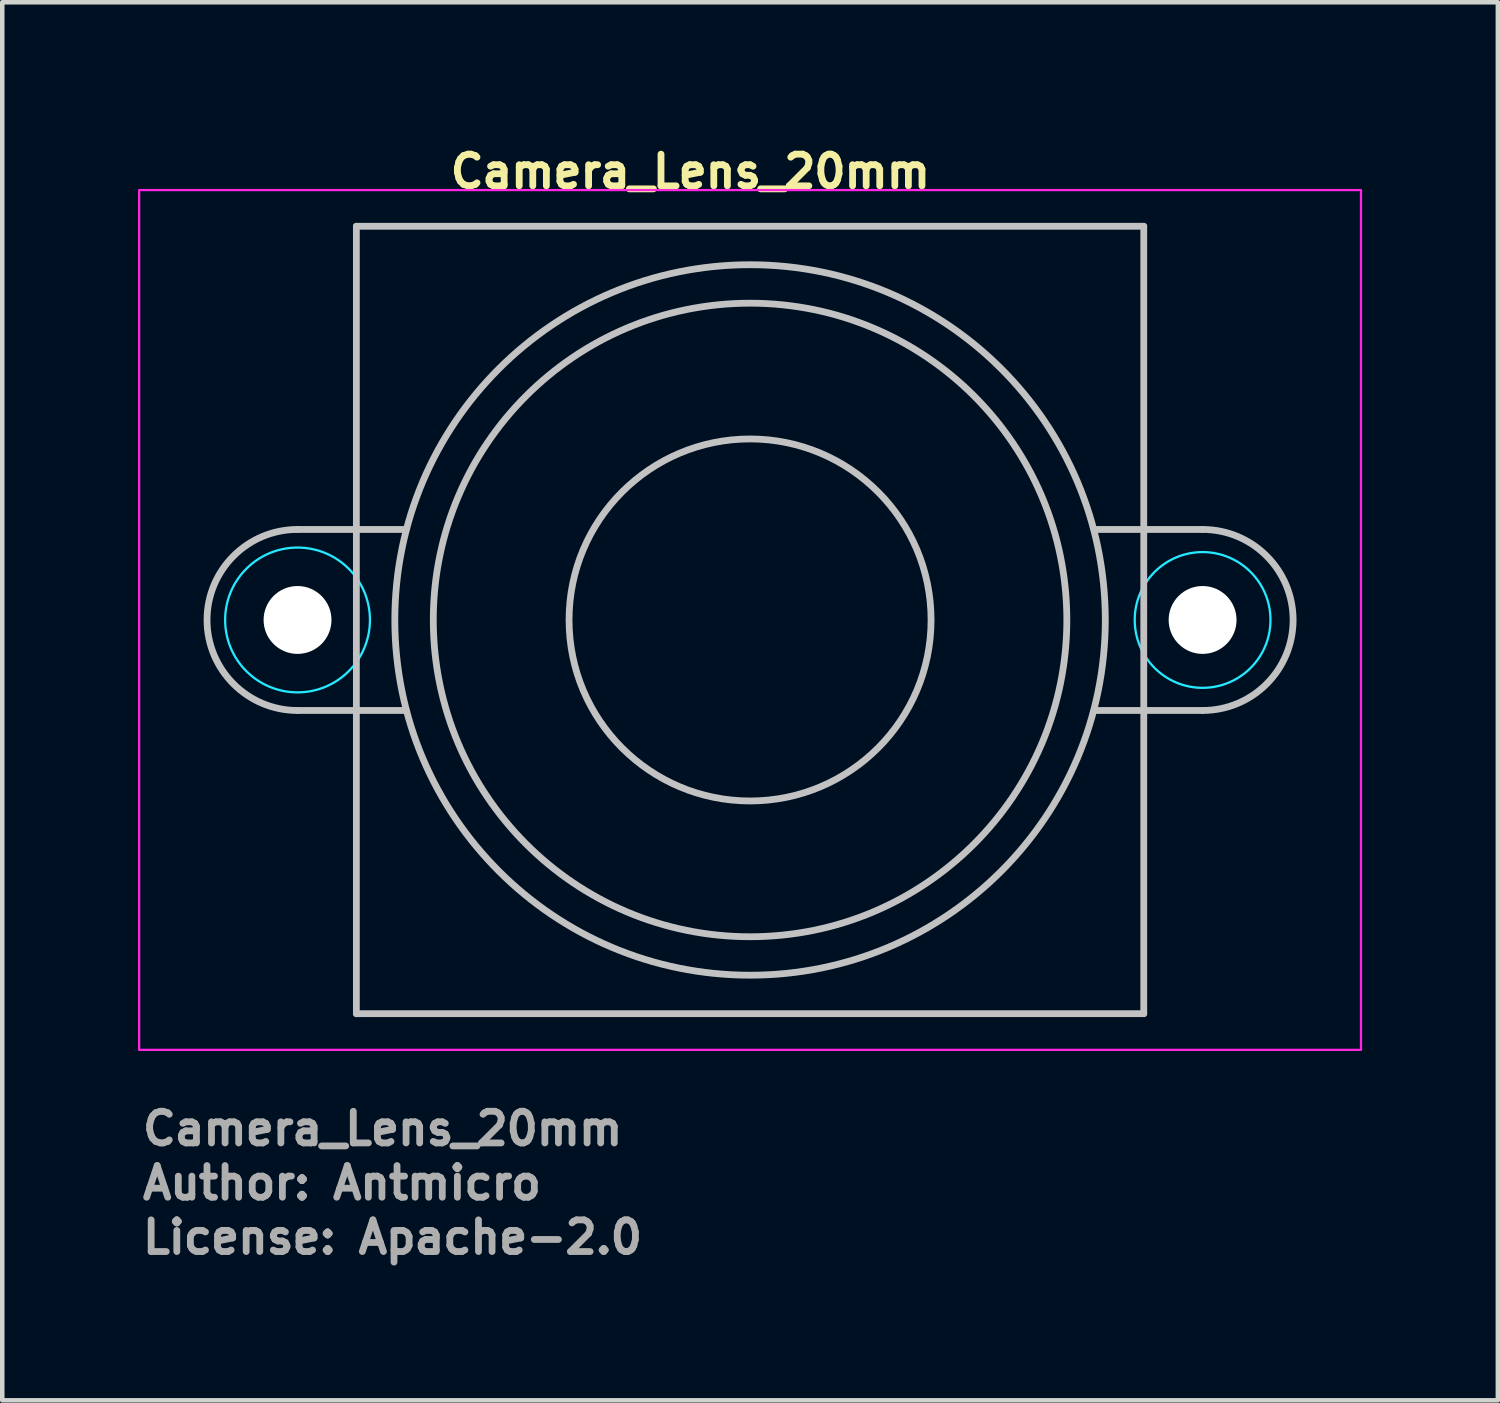
<source format=kicad_pcb>
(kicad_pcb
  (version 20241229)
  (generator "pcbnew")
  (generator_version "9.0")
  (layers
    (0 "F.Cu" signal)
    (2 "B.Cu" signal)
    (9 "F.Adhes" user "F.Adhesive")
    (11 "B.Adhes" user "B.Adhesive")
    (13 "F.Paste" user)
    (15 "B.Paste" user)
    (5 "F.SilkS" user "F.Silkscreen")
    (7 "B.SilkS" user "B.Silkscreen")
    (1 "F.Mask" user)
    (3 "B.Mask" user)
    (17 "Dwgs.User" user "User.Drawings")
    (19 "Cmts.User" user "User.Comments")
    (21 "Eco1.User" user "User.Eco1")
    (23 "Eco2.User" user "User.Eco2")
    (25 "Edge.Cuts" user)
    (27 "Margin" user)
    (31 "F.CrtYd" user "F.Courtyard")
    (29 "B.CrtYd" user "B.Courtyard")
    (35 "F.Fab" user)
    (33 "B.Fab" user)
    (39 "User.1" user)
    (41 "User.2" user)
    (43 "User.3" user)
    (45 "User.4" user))
  (footprint "Camera_Lens_20mm"
    (layer "F.Cu")
    (at 13.525 10.65)
    (property "Reference" "Camera_Lens_20mm" (at -6.7 -9.5 0) (layer "F.SilkS") (effects (font (size 0.7 0.7) (thickness 0.15)) (justify left bottom)))
    (attr exclude_from_bom)
    (fp_line (start -10 -2) (end -7.6 -2) (stroke (width 0.15) (type solid)) (layer "Dwgs.User"))
    (fp_line (start -10 2) (end -7.6 2) (stroke (width 0.15) (type solid)) (layer "Dwgs.User"))
    (fp_line (start -8.7 -8.7) (end 8.7 -8.7) (stroke (width 0.15) (type solid)) (layer "Dwgs.User"))
    (fp_line (start -8.7 8.7) (end -8.7 -8.7) (stroke (width 0.15) (type solid)) (layer "Dwgs.User"))
    (fp_line (start 8.7 -8.7) (end 8.7 8.7) (stroke (width 0.15) (type solid)) (layer "Dwgs.User"))
    (fp_line (start 8.7 8.7) (end -8.7 8.7) (stroke (width 0.15) (type solid)) (layer "Dwgs.User"))
    (fp_line (start 10 -2) (end 7.6 -2) (stroke (width 0.15) (type solid)) (layer "Dwgs.User"))
    (fp_line (start 10 2) (end 7.6 2) (stroke (width 0.15) (type solid)) (layer "Dwgs.User"))
    (fp_arc (start -10 2) (mid -12 0) (end -10 -2) (stroke (width 0.15) (type solid)) (layer "Dwgs.User"))
    (fp_arc (start 10 -2) (mid 12 0) (end 10 2) (stroke (width 0.15) (type solid)) (layer "Dwgs.User"))
    (fp_circle (center 0 0) (end 4 0) (stroke (width 0.15) (type solid)) (fill no) (layer "Dwgs.User"))
    (fp_circle (center 0 0) (end 7 0) (stroke (width 0.15) (type solid)) (fill no) (layer "Dwgs.User"))
    (fp_circle (center 0 0) (end 7.85 0) (stroke (width 0.15) (type solid)) (fill no) (layer "Dwgs.User"))
    (fp_circle (center -10 0) (end -8.4 0) (stroke (width 0.05) (type solid)) (fill no) (layer "B.CrtYd"))
    (fp_circle (center 10 0) (end 11.5 0) (stroke (width 0.05) (type solid)) (fill no) (layer "B.CrtYd"))
    (fp_rect (start -13.5 -9.5) (end 13.5 9.5) (stroke (width 0.05) (type solid)) (fill no) (layer "F.CrtYd"))
    (fp_rect (start -12.5 -8.5) (end 12.5 8.5) (stroke (width 0.1) (type solid)) (fill no) (layer "User.5"))
    (fp_line (start -12.5 0) (end -12.495 -0.162) (stroke (width 0.02) (type solid)) (layer "User.9"))
    (fp_line (start -12.495 -0.162) (end -12.479 -0.323) (stroke (width 0.02) (type solid)) (layer "User.9"))
    (fp_line (start -12.495 0.162) (end -12.5 0) (stroke (width 0.02) (type solid)) (layer "User.9"))
    (fp_line (start -12.479 -0.323) (end -12.453 -0.483) (stroke (width 0.02) (type solid)) (layer "User.9"))
    (fp_line (start -12.479 0.323) (end -12.495 0.162) (stroke (width 0.02) (type solid)) (layer "User.9"))
    (fp_line (start -12.453 -0.483) (end -12.416 -0.642) (stroke (width 0.02) (type solid)) (layer "User.9"))
    (fp_line (start -12.453 0.483) (end -12.479 0.323) (stroke (width 0.02) (type solid)) (layer "User.9"))
    (fp_line (start -12.416 -0.642) (end -12.369 -0.798) (stroke (width 0.02) (type solid)) (layer "User.9"))
    (fp_line (start -12.416 0.642) (end -12.453 0.483) (stroke (width 0.02) (type solid)) (layer "User.9"))
    (fp_line (start -12.369 -0.798) (end -12.312 -0.952) (stroke (width 0.02) (type solid)) (layer "User.9"))
    (fp_line (start -12.369 0.798) (end -12.416 0.642) (stroke (width 0.02) (type solid)) (layer "User.9"))
    (fp_line (start -12.312 -0.952) (end -12.244 -1.103) (stroke (width 0.02) (type solid)) (layer "User.9"))
    (fp_line (start -12.312 0.952) (end -12.369 0.798) (stroke (width 0.02) (type solid)) (layer "User.9"))
    (fp_line (start -12.244 -1.103) (end -12.165 -1.25) (stroke (width 0.02) (type solid)) (layer "User.9"))
    (fp_line (start -12.244 1.103) (end -12.312 0.952) (stroke (width 0.02) (type solid)) (layer "User.9"))
    (fp_line (start -12.165 -1.25) (end -12.165 -1.25) (stroke (width 0.02) (type solid)) (layer "User.9"))
    (fp_line (start -12.165 -1.25) (end -12.122 -1.322) (stroke (width 0.02) (type solid)) (layer "User.9"))
    (fp_line (start -12.165 1.25) (end -12.244 1.103) (stroke (width 0.02) (type solid)) (layer "User.9"))
    (fp_line (start -12.165 1.25) (end -12.165 1.25) (stroke (width 0.02) (type solid)) (layer "User.9"))
    (fp_line (start -12.122 -1.322) (end -12.077 -1.392) (stroke (width 0.02) (type solid)) (layer "User.9"))
    (fp_line (start -12.077 -1.392) (end -12.03 -1.46) (stroke (width 0.02) (type solid)) (layer "User.9"))
    (fp_line (start -12.077 1.392) (end -12.165 1.25) (stroke (width 0.02) (type solid)) (layer "User.9"))
    (fp_line (start -12.03 -1.46) (end -11.98 -1.526) (stroke (width 0.02) (type solid)) (layer "User.9"))
    (fp_line (start -11.98 -1.526) (end -11.929 -1.59) (stroke (width 0.02) (type solid)) (layer "User.9"))
    (fp_line (start -11.98 1.526) (end -12.077 1.392) (stroke (width 0.02) (type solid)) (layer "User.9"))
    (fp_line (start -11.929 -1.59) (end -11.876 -1.653) (stroke (width 0.02) (type solid)) (layer "User.9"))
    (fp_line (start -11.876 -1.653) (end -11.821 -1.713) (stroke (width 0.02) (type solid)) (layer "User.9"))
    (fp_line (start -11.876 1.653) (end -11.98 1.526) (stroke (width 0.02) (type solid)) (layer "User.9"))
    (fp_line (start -11.821 -1.713) (end -11.764 -1.772) (stroke (width 0.02) (type solid)) (layer "User.9"))
    (fp_line (start -11.764 -1.772) (end -11.705 -1.828) (stroke (width 0.02) (type solid)) (layer "User.9"))
    (fp_line (start -11.764 1.772) (end -11.876 1.653) (stroke (width 0.02) (type solid)) (layer "User.9"))
    (fp_line (start -11.705 -1.828) (end -11.645 -1.883) (stroke (width 0.02) (type solid)) (layer "User.9"))
    (fp_line (start -11.645 -1.883) (end -11.583 -1.935) (stroke (width 0.02) (type solid)) (layer "User.9"))
    (fp_line (start -11.645 1.883) (end -11.764 1.772) (stroke (width 0.02) (type solid)) (layer "User.9"))
    (fp_line (start -11.583 -1.935) (end -11.519 -1.985) (stroke (width 0.02) (type solid)) (layer "User.9"))
    (fp_line (start -11.519 -1.985) (end -11.454 -2.034) (stroke (width 0.02) (type solid)) (layer "User.9"))
    (fp_line (start -11.519 1.985) (end -11.645 1.883) (stroke (width 0.02) (type solid)) (layer "User.9"))
    (fp_line (start -11.454 -2.034) (end -11.387 -2.08) (stroke (width 0.02) (type solid)) (layer "User.9"))
    (fp_line (start -11.387 -2.08) (end -11.319 -2.123) (stroke (width 0.02) (type solid)) (layer "User.9"))
    (fp_line (start -11.387 2.08) (end -11.519 1.985) (stroke (width 0.02) (type solid)) (layer "User.9"))
    (fp_line (start -11.319 -2.123) (end -11.25 -2.165) (stroke (width 0.02) (type solid)) (layer "User.9"))
    (fp_line (start -11.25 -2.165) (end -11.179 -2.204) (stroke (width 0.02) (type solid)) (layer "User.9"))
    (fp_line (start -11.25 2.165) (end -11.387 2.08) (stroke (width 0.02) (type solid)) (layer "User.9"))
    (fp_line (start -11.179 -2.204) (end -11.107 -2.241) (stroke (width 0.02) (type solid)) (layer "User.9"))
    (fp_line (start -11.107 -2.241) (end -11.034 -2.276) (stroke (width 0.02) (type solid)) (layer "User.9"))
    (fp_line (start -11.107 2.241) (end -11.25 2.165) (stroke (width 0.02) (type solid)) (layer "User.9"))
    (fp_line (start -11.034 -2.276) (end -10.96 -2.308) (stroke (width 0.02) (type solid)) (layer "User.9"))
    (fp_line (start -10.96 -2.308) (end -10.884 -2.338) (stroke (width 0.02) (type solid)) (layer "User.9"))
    (fp_line (start -10.96 2.308) (end -11.107 2.241) (stroke (width 0.02) (type solid)) (layer "User.9"))
    (fp_line (start -10.884 -2.338) (end -10.808 -2.366) (stroke (width 0.02) (type solid)) (layer "User.9"))
    (fp_line (start -10.808 -2.366) (end -10.731 -2.391) (stroke (width 0.02) (type solid)) (layer "User.9"))
    (fp_line (start -10.808 2.366) (end -10.96 2.308) (stroke (width 0.02) (type solid)) (layer "User.9"))
    (fp_line (start -10.731 -2.391) (end -10.652 -2.413) (stroke (width 0.02) (type solid)) (layer "User.9"))
    (fp_line (start -10.7 0) (end -10.699 -0.036) (stroke (width 0.02) (type solid)) (layer "User.9"))
    (fp_line (start -10.699 -0.036) (end -10.696 -0.072) (stroke (width 0.02) (type solid)) (layer "User.9"))
    (fp_line (start -10.699 0.036) (end -10.7 0) (stroke (width 0.02) (type solid)) (layer "User.9"))
    (fp_line (start -10.696 -0.072) (end -10.692 -0.107) (stroke (width 0.02) (type solid)) (layer "User.9"))
    (fp_line (start -10.696 0.072) (end -10.699 0.036) (stroke (width 0.02) (type solid)) (layer "User.9"))
    (fp_line (start -10.692 -0.107) (end -10.686 -0.141) (stroke (width 0.02) (type solid)) (layer "User.9"))
    (fp_line (start -10.692 0.107) (end -10.696 0.072) (stroke (width 0.02) (type solid)) (layer "User.9"))
    (fp_line (start -10.686 -0.141) (end -10.678 -0.175) (stroke (width 0.02) (type solid)) (layer "User.9"))
    (fp_line (start -10.686 0.141) (end -10.692 0.107) (stroke (width 0.02) (type solid)) (layer "User.9"))
    (fp_line (start -10.678 -0.175) (end -10.668 -0.208) (stroke (width 0.02) (type solid)) (layer "User.9"))
    (fp_line (start -10.678 0.175) (end -10.686 0.141) (stroke (width 0.02) (type solid)) (layer "User.9"))
    (fp_line (start -10.668 -0.208) (end -10.657 -0.241) (stroke (width 0.02) (type solid)) (layer "User.9"))
    (fp_line (start -10.668 0.208) (end -10.678 0.175) (stroke (width 0.02) (type solid)) (layer "User.9"))
    (fp_line (start -10.657 -0.241) (end -10.645 -0.272) (stroke (width 0.02) (type solid)) (layer "User.9"))
    (fp_line (start -10.657 0.241) (end -10.668 0.208) (stroke (width 0.02) (type solid)) (layer "User.9"))
    (fp_line (start -10.652 -2.413) (end -10.573 -2.433) (stroke (width 0.02) (type solid)) (layer "User.9"))
    (fp_line (start -10.652 2.413) (end -10.808 2.366) (stroke (width 0.02) (type solid)) (layer "User.9"))
    (fp_line (start -10.645 -0.272) (end -10.631 -0.303) (stroke (width 0.02) (type solid)) (layer "User.9"))
    (fp_line (start -10.645 0.272) (end -10.657 0.241) (stroke (width 0.02) (type solid)) (layer "User.9"))
    (fp_line (start -10.631 -0.303) (end -10.615 -0.333) (stroke (width 0.02) (type solid)) (layer "User.9"))
    (fp_line (start -10.631 0.303) (end -10.645 0.272) (stroke (width 0.02) (type solid)) (layer "User.9"))
    (fp_line (start -10.615 -0.333) (end -10.598 -0.363) (stroke (width 0.02) (type solid)) (layer "User.9"))
    (fp_line (start -10.615 0.333) (end -10.631 0.303) (stroke (width 0.02) (type solid)) (layer "User.9"))
    (fp_line (start -10.598 -0.363) (end -10.58 -0.391) (stroke (width 0.02) (type solid)) (layer "User.9"))
    (fp_line (start -10.598 0.363) (end -10.615 0.333) (stroke (width 0.02) (type solid)) (layer "User.9"))
    (fp_line (start -10.58 -0.391) (end -10.561 -0.419) (stroke (width 0.02) (type solid)) (layer "User.9"))
    (fp_line (start -10.58 0.391) (end -10.598 0.363) (stroke (width 0.02) (type solid)) (layer "User.9"))
    (fp_line (start -10.573 -2.433) (end -10.493 -2.451) (stroke (width 0.02) (type solid)) (layer "User.9"))
    (fp_line (start -10.561 -0.419) (end -10.54 -0.445) (stroke (width 0.02) (type solid)) (layer "User.9"))
    (fp_line (start -10.561 0.419) (end -10.58 0.391) (stroke (width 0.02) (type solid)) (layer "User.9"))
    (fp_line (start -10.54 -0.445) (end -10.518 -0.47) (stroke (width 0.02) (type solid)) (layer "User.9"))
    (fp_line (start -10.54 0.445) (end -10.561 0.419) (stroke (width 0.02) (type solid)) (layer "User.9"))
    (fp_line (start -10.518 -0.47) (end -10.495 -0.495) (stroke (width 0.02) (type solid)) (layer "User.9"))
    (fp_line (start -10.518 0.47) (end -10.54 0.445) (stroke (width 0.02) (type solid)) (layer "User.9"))
    (fp_line (start -10.495 -0.495) (end -10.47 -0.518) (stroke (width 0.02) (type solid)) (layer "User.9"))
    (fp_line (start -10.495 0.495) (end -10.518 0.47) (stroke (width 0.02) (type solid)) (layer "User.9"))
    (fp_line (start -10.493 -2.451) (end -10.413 -2.466) (stroke (width 0.02) (type solid)) (layer "User.9"))
    (fp_line (start -10.493 2.451) (end -10.652 2.413) (stroke (width 0.02) (type solid)) (layer "User.9"))
    (fp_line (start -10.47 -0.518) (end -10.445 -0.54) (stroke (width 0.02) (type solid)) (layer "User.9"))
    (fp_line (start -10.47 0.518) (end -10.495 0.495) (stroke (width 0.02) (type solid)) (layer "User.9"))
    (fp_line (start -10.445 -0.54) (end -10.419 -0.561) (stroke (width 0.02) (type solid)) (layer "User.9"))
    (fp_line (start -10.445 0.54) (end -10.47 0.518) (stroke (width 0.02) (type solid)) (layer "User.9"))
    (fp_line (start -10.419 -0.561) (end -10.391 -0.58) (stroke (width 0.02) (type solid)) (layer "User.9"))
    (fp_line (start -10.419 0.561) (end -10.445 0.54) (stroke (width 0.02) (type solid)) (layer "User.9"))
    (fp_line (start -10.413 -2.466) (end -10.331 -2.478) (stroke (width 0.02) (type solid)) (layer "User.9"))
    (fp_line (start -10.391 -0.58) (end -10.363 -0.598) (stroke (width 0.02) (type solid)) (layer "User.9"))
    (fp_line (start -10.391 0.58) (end -10.419 0.561) (stroke (width 0.02) (type solid)) (layer "User.9"))
    (fp_line (start -10.363 -0.598) (end -10.334 -0.615) (stroke (width 0.02) (type solid)) (layer "User.9"))
    (fp_line (start -10.363 0.598) (end -10.391 0.58) (stroke (width 0.02) (type solid)) (layer "User.9"))
    (fp_line (start -10.334 -0.615) (end -10.303 -0.631) (stroke (width 0.02) (type solid)) (layer "User.9"))
    (fp_line (start -10.334 0.615) (end -10.363 0.598) (stroke (width 0.02) (type solid)) (layer "User.9"))
    (fp_line (start -10.331 -2.478) (end -10.249 -2.488) (stroke (width 0.02) (type solid)) (layer "User.9"))
    (fp_line (start -10.331 2.478) (end -10.493 2.451) (stroke (width 0.02) (type solid)) (layer "User.9"))
    (fp_line (start -10.303 -0.631) (end -10.272 -0.645) (stroke (width 0.02) (type solid)) (layer "User.9"))
    (fp_line (start -10.303 0.631) (end -10.334 0.615) (stroke (width 0.02) (type solid)) (layer "User.9"))
    (fp_line (start -10.272 -0.645) (end -10.241 -0.657) (stroke (width 0.02) (type solid)) (layer "User.9"))
    (fp_line (start -10.272 0.645) (end -10.303 0.631) (stroke (width 0.02) (type solid)) (layer "User.9"))
    (fp_line (start -10.249 -2.488) (end -10.167 -2.494) (stroke (width 0.02) (type solid)) (layer "User.9"))
    (fp_line (start -10.241 -0.657) (end -10.208 -0.668) (stroke (width 0.02) (type solid)) (layer "User.9"))
    (fp_line (start -10.241 0.657) (end -10.272 0.645) (stroke (width 0.02) (type solid)) (layer "User.9"))
    (fp_line (start -10.208 -0.668) (end -10.175 -0.677) (stroke (width 0.02) (type solid)) (layer "User.9"))
    (fp_line (start -10.208 0.668) (end -10.241 0.657) (stroke (width 0.02) (type solid)) (layer "User.9"))
    (fp_line (start -10.175 -0.677) (end -10.141 -0.685) (stroke (width 0.02) (type solid)) (layer "User.9"))
    (fp_line (start -10.175 0.677) (end -10.208 0.668) (stroke (width 0.02) (type solid)) (layer "User.9"))
    (fp_line (start -10.167 -2.494) (end -10.084 -2.499) (stroke (width 0.02) (type solid)) (layer "User.9"))
    (fp_line (start -10.167 2.494) (end -10.331 2.478) (stroke (width 0.02) (type solid)) (layer "User.9"))
    (fp_line (start -10.141 -0.685) (end -10.107 -0.691) (stroke (width 0.02) (type solid)) (layer "User.9"))
    (fp_line (start -10.141 0.685) (end -10.175 0.677) (stroke (width 0.02) (type solid)) (layer "User.9"))
    (fp_line (start -10.107 -0.691) (end -10.072 -0.696) (stroke (width 0.02) (type solid)) (layer "User.9"))
    (fp_line (start -10.107 0.691) (end -10.141 0.685) (stroke (width 0.02) (type solid)) (layer "User.9"))
    (fp_line (start -10.084 -2.499) (end -10 -2.5) (stroke (width 0.02) (type solid)) (layer "User.9"))
    (fp_line (start -10.072 -0.696) (end -10.036 -0.699) (stroke (width 0.02) (type solid)) (layer "User.9"))
    (fp_line (start -10.072 0.696) (end -10.107 0.691) (stroke (width 0.02) (type solid)) (layer "User.9"))
    (fp_line (start -10.036 -0.699) (end -10 -0.7) (stroke (width 0.02) (type solid)) (layer "User.9"))
    (fp_line (start -10.036 0.699) (end -10.072 0.696) (stroke (width 0.02) (type solid)) (layer "User.9"))
    (fp_line (start -10 -2.5) (end -8.5 -2.5) (stroke (width 0.02) (type solid)) (layer "User.9"))
    (fp_line (start -10 -0.7) (end -10 -0.7) (stroke (width 0.02) (type solid)) (layer "User.9"))
    (fp_line (start -10 -0.7) (end -9.964 -0.699) (stroke (width 0.02) (type solid)) (layer "User.9"))
    (fp_line (start -10 0.7) (end -10.036 0.699) (stroke (width 0.02) (type solid)) (layer "User.9"))
    (fp_line (start -10 0.7) (end -10 0.7) (stroke (width 0.02) (type solid)) (layer "User.9"))
    (fp_line (start -10 2.5) (end -10.167 2.494) (stroke (width 0.02) (type solid)) (layer "User.9"))
    (fp_line (start -9.964 -0.699) (end -9.928 -0.696) (stroke (width 0.02) (type solid)) (layer "User.9"))
    (fp_line (start -9.964 0.699) (end -10 0.7) (stroke (width 0.02) (type solid)) (layer "User.9"))
    (fp_line (start -9.928 -0.696) (end -9.893 -0.691) (stroke (width 0.02) (type solid)) (layer "User.9"))
    (fp_line (start -9.928 0.696) (end -9.964 0.699) (stroke (width 0.02) (type solid)) (layer "User.9"))
    (fp_line (start -9.893 -0.691) (end -9.859 -0.685) (stroke (width 0.02) (type solid)) (layer "User.9"))
    (fp_line (start -9.893 0.691) (end -9.928 0.696) (stroke (width 0.02) (type solid)) (layer "User.9"))
    (fp_line (start -9.859 -0.685) (end -9.825 -0.677) (stroke (width 0.02) (type solid)) (layer "User.9"))
    (fp_line (start -9.859 0.685) (end -9.893 0.691) (stroke (width 0.02) (type solid)) (layer "User.9"))
    (fp_line (start -9.825 -0.677) (end -9.792 -0.668) (stroke (width 0.02) (type solid)) (layer "User.9"))
    (fp_line (start -9.825 0.677) (end -9.859 0.685) (stroke (width 0.02) (type solid)) (layer "User.9"))
    (fp_line (start -9.792 -0.668) (end -9.759 -0.657) (stroke (width 0.02) (type solid)) (layer "User.9"))
    (fp_line (start -9.792 0.668) (end -9.825 0.677) (stroke (width 0.02) (type solid)) (layer "User.9"))
    (fp_line (start -9.759 -0.657) (end -9.728 -0.645) (stroke (width 0.02) (type solid)) (layer "User.9"))
    (fp_line (start -9.759 0.657) (end -9.792 0.668) (stroke (width 0.02) (type solid)) (layer "User.9"))
    (fp_line (start -9.728 -0.645) (end -9.697 -0.631) (stroke (width 0.02) (type solid)) (layer "User.9"))
    (fp_line (start -9.728 0.645) (end -9.759 0.657) (stroke (width 0.02) (type solid)) (layer "User.9"))
    (fp_line (start -9.697 -0.631) (end -9.666 -0.615) (stroke (width 0.02) (type solid)) (layer "User.9"))
    (fp_line (start -9.697 0.631) (end -9.728 0.645) (stroke (width 0.02) (type solid)) (layer "User.9"))
    (fp_line (start -9.666 -0.615) (end -9.637 -0.598) (stroke (width 0.02) (type solid)) (layer "User.9"))
    (fp_line (start -9.666 0.615) (end -9.697 0.631) (stroke (width 0.02) (type solid)) (layer "User.9"))
    (fp_line (start -9.637 -0.598) (end -9.609 -0.58) (stroke (width 0.02) (type solid)) (layer "User.9"))
    (fp_line (start -9.637 0.598) (end -9.666 0.615) (stroke (width 0.02) (type solid)) (layer "User.9"))
    (fp_line (start -9.609 -0.58) (end -9.581 -0.561) (stroke (width 0.02) (type solid)) (layer "User.9"))
    (fp_line (start -9.609 0.58) (end -9.637 0.598) (stroke (width 0.02) (type solid)) (layer "User.9"))
    (fp_line (start -9.581 -0.561) (end -9.555 -0.54) (stroke (width 0.02) (type solid)) (layer "User.9"))
    (fp_line (start -9.581 0.561) (end -9.609 0.58) (stroke (width 0.02) (type solid)) (layer "User.9"))
    (fp_line (start -9.555 -0.54) (end -9.53 -0.518) (stroke (width 0.02) (type solid)) (layer "User.9"))
    (fp_line (start -9.555 0.54) (end -9.581 0.561) (stroke (width 0.02) (type solid)) (layer "User.9"))
    (fp_line (start -9.53 -0.518) (end -9.505 -0.495) (stroke (width 0.02) (type solid)) (layer "User.9"))
    (fp_line (start -9.53 0.518) (end -9.555 0.54) (stroke (width 0.02) (type solid)) (layer "User.9"))
    (fp_line (start -9.505 -0.495) (end -9.482 -0.47) (stroke (width 0.02) (type solid)) (layer "User.9"))
    (fp_line (start -9.505 0.495) (end -9.53 0.518) (stroke (width 0.02) (type solid)) (layer "User.9"))
    (fp_line (start -9.482 -0.47) (end -9.46 -0.445) (stroke (width 0.02) (type solid)) (layer "User.9"))
    (fp_line (start -9.482 0.47) (end -9.505 0.495) (stroke (width 0.02) (type solid)) (layer "User.9"))
    (fp_line (start -9.46 -0.445) (end -9.439 -0.419) (stroke (width 0.02) (type solid)) (layer "User.9"))
    (fp_line (start -9.46 0.445) (end -9.482 0.47) (stroke (width 0.02) (type solid)) (layer "User.9"))
    (fp_line (start -9.439 -0.419) (end -9.42 -0.391) (stroke (width 0.02) (type solid)) (layer "User.9"))
    (fp_line (start -9.439 0.419) (end -9.46 0.445) (stroke (width 0.02) (type solid)) (layer "User.9"))
    (fp_line (start -9.42 -0.391) (end -9.402 -0.363) (stroke (width 0.02) (type solid)) (layer "User.9"))
    (fp_line (start -9.42 0.391) (end -9.439 0.419) (stroke (width 0.02) (type solid)) (layer "User.9"))
    (fp_line (start -9.402 -0.363) (end -9.385 -0.333) (stroke (width 0.02) (type solid)) (layer "User.9"))
    (fp_line (start -9.402 0.363) (end -9.42 0.391) (stroke (width 0.02) (type solid)) (layer "User.9"))
    (fp_line (start -9.385 -0.333) (end -9.369 -0.303) (stroke (width 0.02) (type solid)) (layer "User.9"))
    (fp_line (start -9.385 0.333) (end -9.402 0.363) (stroke (width 0.02) (type solid)) (layer "User.9"))
    (fp_line (start -9.369 -0.303) (end -9.355 -0.272) (stroke (width 0.02) (type solid)) (layer "User.9"))
    (fp_line (start -9.369 0.303) (end -9.385 0.333) (stroke (width 0.02) (type solid)) (layer "User.9"))
    (fp_line (start -9.355 -0.272) (end -9.343 -0.241) (stroke (width 0.02) (type solid)) (layer "User.9"))
    (fp_line (start -9.355 0.272) (end -9.369 0.303) (stroke (width 0.02) (type solid)) (layer "User.9"))
    (fp_line (start -9.343 -0.241) (end -9.332 -0.208) (stroke (width 0.02) (type solid)) (layer "User.9"))
    (fp_line (start -9.343 0.241) (end -9.355 0.272) (stroke (width 0.02) (type solid)) (layer "User.9"))
    (fp_line (start -9.332 -0.208) (end -9.322 -0.175) (stroke (width 0.02) (type solid)) (layer "User.9"))
    (fp_line (start -9.332 0.208) (end -9.343 0.241) (stroke (width 0.02) (type solid)) (layer "User.9"))
    (fp_line (start -9.322 -0.175) (end -9.314 -0.141) (stroke (width 0.02) (type solid)) (layer "User.9"))
    (fp_line (start -9.322 0.175) (end -9.332 0.208) (stroke (width 0.02) (type solid)) (layer "User.9"))
    (fp_line (start -9.314 -0.141) (end -9.308 -0.107) (stroke (width 0.02) (type solid)) (layer "User.9"))
    (fp_line (start -9.314 0.141) (end -9.322 0.175) (stroke (width 0.02) (type solid)) (layer "User.9"))
    (fp_line (start -9.308 -0.107) (end -9.304 -0.072) (stroke (width 0.02) (type solid)) (layer "User.9"))
    (fp_line (start -9.308 0.107) (end -9.314 0.141) (stroke (width 0.02) (type solid)) (layer "User.9"))
    (fp_line (start -9.304 -0.072) (end -9.301 -0.036) (stroke (width 0.02) (type solid)) (layer "User.9"))
    (fp_line (start -9.304 0.072) (end -9.308 0.107) (stroke (width 0.02) (type solid)) (layer "User.9"))
    (fp_line (start -9.301 -0.036) (end -9.3 0) (stroke (width 0.02) (type solid)) (layer "User.9"))
    (fp_line (start -9.301 0.036) (end -9.304 0.072) (stroke (width 0.02) (type solid)) (layer "User.9"))
    (fp_line (start -9.3 0) (end -9.301 0.036) (stroke (width 0.02) (type solid)) (layer "User.9"))
    (fp_line (start -8.5 -8.5) (end 8.5 -8.5) (stroke (width 0.02) (type solid)) (layer "User.9"))
    (fp_line (start -8.5 -2.5) (end -8.5 -8.5) (stroke (width 0.02) (type solid)) (layer "User.9"))
    (fp_line (start -8.5 2.5) (end -10 2.5) (stroke (width 0.02) (type solid)) (layer "User.9"))
    (fp_line (start -8.5 8.5) (end -8.5 2.5) (stroke (width 0.02) (type solid)) (layer "User.9"))
    (fp_line (start -7.675 0) (end -7.675 0) (stroke (width 0.02) (type solid)) (layer "User.9"))
    (fp_line (start -7.675 0) (end -7.665 0.395) (stroke (width 0.02) (type solid)) (layer "User.9"))
    (fp_line (start -7.665 -0.395) (end -7.675 0) (stroke (width 0.02) (type solid)) (layer "User.9"))
    (fp_line (start -7.665 0.395) (end -7.635 0.785) (stroke (width 0.02) (type solid)) (layer "User.9"))
    (fp_line (start -7.635 -0.785) (end -7.665 -0.395) (stroke (width 0.02) (type solid)) (layer "User.9"))
    (fp_line (start -7.635 0.785) (end -7.587 1.169) (stroke (width 0.02) (type solid)) (layer "User.9"))
    (fp_line (start -7.587 -1.169) (end -7.635 -0.785) (stroke (width 0.02) (type solid)) (layer "User.9"))
    (fp_line (start -7.587 1.169) (end -7.519 1.547) (stroke (width 0.02) (type solid)) (layer "User.9"))
    (fp_line (start -7.519 -1.547) (end -7.587 -1.169) (stroke (width 0.02) (type solid)) (layer "User.9"))
    (fp_line (start -7.519 1.547) (end -7.433 1.918) (stroke (width 0.02) (type solid)) (layer "User.9"))
    (fp_line (start -7.433 -1.918) (end -7.519 -1.547) (stroke (width 0.02) (type solid)) (layer "User.9"))
    (fp_line (start -7.433 1.918) (end -7.33 2.282) (stroke (width 0.02) (type solid)) (layer "User.9"))
    (fp_line (start -7.33 -2.282) (end -7.433 -1.918) (stroke (width 0.02) (type solid)) (layer "User.9"))
    (fp_line (start -7.33 2.282) (end -7.209 2.639) (stroke (width 0.02) (type solid)) (layer "User.9"))
    (fp_line (start -7.209 -2.639) (end -7.33 -2.282) (stroke (width 0.02) (type solid)) (layer "User.9"))
    (fp_line (start -7.209 2.639) (end -7.072 2.987) (stroke (width 0.02) (type solid)) (layer "User.9"))
    (fp_line (start -7.072 -2.987) (end -7.209 -2.639) (stroke (width 0.02) (type solid)) (layer "User.9"))
    (fp_line (start -7.072 2.987) (end -6.918 3.327) (stroke (width 0.02) (type solid)) (layer "User.9"))
    (fp_line (start -7 0) (end -6.984 -0.466) (stroke (width 0.02) (type solid)) (layer "User.9"))
    (fp_line (start -6.996 0.234) (end -7 0) (stroke (width 0.02) (type solid)) (layer "User.9"))
    (fp_line (start -6.984 -0.466) (end -6.938 -0.927) (stroke (width 0.02) (type solid)) (layer "User.9"))
    (fp_line (start -6.984 0.466) (end -6.996 0.234) (stroke (width 0.02) (type solid)) (layer "User.9"))
    (fp_line (start -6.965 0.698) (end -6.984 0.466) (stroke (width 0.02) (type solid)) (layer "User.9"))
    (fp_line (start -6.938 -0.927) (end -6.863 -1.381) (stroke (width 0.02) (type solid)) (layer "User.9"))
    (fp_line (start -6.938 0.927) (end -6.965 0.698) (stroke (width 0.02) (type solid)) (layer "User.9"))
    (fp_line (start -6.918 -3.327) (end -7.072 -2.987) (stroke (width 0.02) (type solid)) (layer "User.9"))
    (fp_line (start -6.918 3.327) (end -6.749 3.658) (stroke (width 0.02) (type solid)) (layer "User.9"))
    (fp_line (start -6.904 1.155) (end -6.938 0.927) (stroke (width 0.02) (type solid)) (layer "User.9"))
    (fp_line (start -6.863 -1.381) (end -6.758 -1.826) (stroke (width 0.02) (type solid)) (layer "User.9"))
    (fp_line (start -6.863 1.381) (end -6.904 1.155) (stroke (width 0.02) (type solid)) (layer "User.9"))
    (fp_line (start -6.814 1.605) (end -6.863 1.381) (stroke (width 0.02) (type solid)) (layer "User.9"))
    (fp_line (start -6.758 -1.826) (end -6.624 -2.262) (stroke (width 0.02) (type solid)) (layer "User.9"))
    (fp_line (start -6.758 1.826) (end -6.814 1.605) (stroke (width 0.02) (type solid)) (layer "User.9"))
    (fp_line (start -6.749 -3.658) (end -6.918 -3.327) (stroke (width 0.02) (type solid)) (layer "User.9"))
    (fp_line (start -6.749 3.658) (end -6.564 3.98) (stroke (width 0.02) (type solid)) (layer "User.9"))
    (fp_line (start -6.695 2.046) (end -6.758 1.826) (stroke (width 0.02) (type solid)) (layer "User.9"))
    (fp_line (start -6.624 -2.262) (end -6.464 -2.687) (stroke (width 0.02) (type solid)) (layer "User.9"))
    (fp_line (start -6.624 2.262) (end -6.695 2.046) (stroke (width 0.02) (type solid)) (layer "User.9"))
    (fp_line (start -6.564 -3.98) (end -6.749 -3.658) (stroke (width 0.02) (type solid)) (layer "User.9"))
    (fp_line (start -6.564 3.98) (end -6.364 4.291) (stroke (width 0.02) (type solid)) (layer "User.9"))
    (fp_line (start -6.547 2.476) (end -6.624 2.262) (stroke (width 0.02) (type solid)) (layer "User.9"))
    (fp_line (start -6.5 0) (end -6.486 -0.433) (stroke (width 0.02) (type solid)) (layer "User.9"))
    (fp_line (start -6.496 0.217) (end -6.5 0) (stroke (width 0.02) (type solid)) (layer "User.9"))
    (fp_line (start -6.486 -0.433) (end -6.443 -0.861) (stroke (width 0.02) (type solid)) (layer "User.9"))
    (fp_line (start -6.486 0.433) (end -6.496 0.217) (stroke (width 0.02) (type solid)) (layer "User.9"))
    (fp_line (start -6.468 0.648) (end -6.486 0.433) (stroke (width 0.02) (type solid)) (layer "User.9"))
    (fp_line (start -6.464 -2.687) (end -6.276 -3.1) (stroke (width 0.02) (type solid)) (layer "User.9"))
    (fp_line (start -6.464 2.687) (end -6.547 2.476) (stroke (width 0.02) (type solid)) (layer "User.9"))
    (fp_line (start -6.443 -0.861) (end -6.372 -1.282) (stroke (width 0.02) (type solid)) (layer "User.9"))
    (fp_line (start -6.443 0.861) (end -6.468 0.648) (stroke (width 0.02) (type solid)) (layer "User.9"))
    (fp_line (start -6.411 1.073) (end -6.443 0.861) (stroke (width 0.02) (type solid)) (layer "User.9"))
    (fp_line (start -6.373 2.896) (end -6.464 2.687) (stroke (width 0.02) (type solid)) (layer "User.9"))
    (fp_line (start -6.372 -1.282) (end -6.275 -1.696) (stroke (width 0.02) (type solid)) (layer "User.9"))
    (fp_line (start -6.372 1.282) (end -6.411 1.073) (stroke (width 0.02) (type solid)) (layer "User.9"))
    (fp_line (start -6.364 -4.291) (end -6.564 -3.98) (stroke (width 0.02) (type solid)) (layer "User.9"))
    (fp_line (start -6.364 4.291) (end -6.15 4.592) (stroke (width 0.02) (type solid)) (layer "User.9"))
    (fp_line (start -6.327 1.49) (end -6.372 1.282) (stroke (width 0.02) (type solid)) (layer "User.9"))
    (fp_line (start -6.276 -3.1) (end -6.062 -3.5) (stroke (width 0.02) (type solid)) (layer "User.9"))
    (fp_line (start -6.276 3.1) (end -6.373 2.896) (stroke (width 0.02) (type solid)) (layer "User.9"))
    (fp_line (start -6.275 -1.696) (end -6.151 -2.101) (stroke (width 0.02) (type solid)) (layer "User.9"))
    (fp_line (start -6.275 1.696) (end -6.327 1.49) (stroke (width 0.02) (type solid)) (layer "User.9"))
    (fp_line (start -6.216 1.9) (end -6.275 1.696) (stroke (width 0.02) (type solid)) (layer "User.9"))
    (fp_line (start -6.172 3.302) (end -6.276 3.1) (stroke (width 0.02) (type solid)) (layer "User.9"))
    (fp_line (start -6.151 -2.101) (end -6.002 -2.495) (stroke (width 0.02) (type solid)) (layer "User.9"))
    (fp_line (start -6.151 2.101) (end -6.216 1.9) (stroke (width 0.02) (type solid)) (layer "User.9"))
    (fp_line (start -6.15 -4.592) (end -6.364 -4.291) (stroke (width 0.02) (type solid)) (layer "User.9"))
    (fp_line (start -6.15 4.592) (end -5.922 4.882) (stroke (width 0.02) (type solid)) (layer "User.9"))
    (fp_line (start -6.08 2.299) (end -6.151 2.101) (stroke (width 0.02) (type solid)) (layer "User.9"))
    (fp_line (start -6.062 -3.5) (end -5.823 -3.885) (stroke (width 0.02) (type solid)) (layer "User.9"))
    (fp_line (start -6.062 3.5) (end -6.172 3.302) (stroke (width 0.02) (type solid)) (layer "User.9"))
    (fp_line (start -6.002 -2.495) (end -5.828 -2.879) (stroke (width 0.02) (type solid)) (layer "User.9"))
    (fp_line (start -6.002 2.495) (end -6.08 2.299) (stroke (width 0.02) (type solid)) (layer "User.9"))
    (fp_line (start -5.946 3.694) (end -6.062 3.5) (stroke (width 0.02) (type solid)) (layer "User.9"))
    (fp_line (start -5.922 -4.882) (end -6.15 -4.592) (stroke (width 0.02) (type solid)) (layer "User.9"))
    (fp_line (start -5.922 4.882) (end -5.681 5.16) (stroke (width 0.02) (type solid)) (layer "User.9"))
    (fp_line (start -5.918 2.689) (end -6.002 2.495) (stroke (width 0.02) (type solid)) (layer "User.9"))
    (fp_line (start -5.828 -2.879) (end -5.629 -3.25) (stroke (width 0.02) (type solid)) (layer "User.9"))
    (fp_line (start -5.828 2.879) (end -5.918 2.689) (stroke (width 0.02) (type solid)) (layer "User.9"))
    (fp_line (start -5.823 -3.885) (end -5.559 -4.254) (stroke (width 0.02) (type solid)) (layer "User.9"))
    (fp_line (start -5.823 3.885) (end -5.946 3.694) (stroke (width 0.02) (type solid)) (layer "User.9"))
    (fp_line (start -5.731 3.066) (end -5.828 2.879) (stroke (width 0.02) (type solid)) (layer "User.9"))
    (fp_line (start -5.694 4.072) (end -5.823 3.885) (stroke (width 0.02) (type solid)) (layer "User.9"))
    (fp_line (start -5.681 -5.16) (end -5.922 -4.882) (stroke (width 0.02) (type solid)) (layer "User.9"))
    (fp_line (start -5.681 5.16) (end -5.427 5.427) (stroke (width 0.02) (type solid)) (layer "User.9"))
    (fp_line (start -5.629 -3.25) (end -5.407 -3.607) (stroke (width 0.02) (type solid)) (layer "User.9"))
    (fp_line (start -5.629 3.25) (end -5.731 3.066) (stroke (width 0.02) (type solid)) (layer "User.9"))
    (fp_line (start -5.559 -4.254) (end -5.271 -4.606) (stroke (width 0.02) (type solid)) (layer "User.9"))
    (fp_line (start -5.559 4.254) (end -5.694 4.072) (stroke (width 0.02) (type solid)) (layer "User.9"))
    (fp_line (start -5.521 3.431) (end -5.629 3.25) (stroke (width 0.02) (type solid)) (layer "User.9"))
    (fp_line (start -5.427 -5.427) (end -5.681 -5.16) (stroke (width 0.02) (type solid)) (layer "User.9"))
    (fp_line (start -5.427 5.427) (end -5.16 5.681) (stroke (width 0.02) (type solid)) (layer "User.9"))
    (fp_line (start -5.418 4.432) (end -5.559 4.254) (stroke (width 0.02) (type solid)) (layer "User.9"))
    (fp_line (start -5.407 -3.607) (end -5.162 -3.95) (stroke (width 0.02) (type solid)) (layer "User.9"))
    (fp_line (start -5.407 3.607) (end -5.521 3.431) (stroke (width 0.02) (type solid)) (layer "User.9"))
    (fp_line (start -5.287 3.781) (end -5.407 3.607) (stroke (width 0.02) (type solid)) (layer "User.9"))
    (fp_line (start -5.271 -4.606) (end -4.961 -4.939) (stroke (width 0.02) (type solid)) (layer "User.9"))
    (fp_line (start -5.271 4.606) (end -5.418 4.432) (stroke (width 0.02) (type solid)) (layer "User.9"))
    (fp_line (start -5.162 -3.95) (end -4.895 -4.277) (stroke (width 0.02) (type solid)) (layer "User.9"))
    (fp_line (start -5.162 3.95) (end -5.287 3.781) (stroke (width 0.02) (type solid)) (layer "User.9"))
    (fp_line (start -5.16 -5.681) (end -5.427 -5.427) (stroke (width 0.02) (type solid)) (layer "User.9"))
    (fp_line (start -5.16 5.681) (end -4.882 5.922) (stroke (width 0.02) (type solid)) (layer "User.9"))
    (fp_line (start -5.119 4.775) (end -5.271 4.606) (stroke (width 0.02) (type solid)) (layer "User.9"))
    (fp_line (start -5.031 4.116) (end -5.162 3.95) (stroke (width 0.02) (type solid)) (layer "User.9"))
    (fp_line (start -4.961 -4.939) (end -4.627 -5.253) (stroke (width 0.02) (type solid)) (layer "User.9"))
    (fp_line (start -4.961 4.939) (end -5.119 4.775) (stroke (width 0.02) (type solid)) (layer "User.9"))
    (fp_line (start -4.895 -4.277) (end -4.606 -4.586) (stroke (width 0.02) (type solid)) (layer "User.9"))
    (fp_line (start -4.895 4.277) (end -5.031 4.116) (stroke (width 0.02) (type solid)) (layer "User.9"))
    (fp_line (start -4.882 -5.922) (end -5.16 -5.681) (stroke (width 0.02) (type solid)) (layer "User.9"))
    (fp_line (start -4.882 5.922) (end -4.592 6.15) (stroke (width 0.02) (type solid)) (layer "User.9"))
    (fp_line (start -4.797 5.098) (end -4.961 4.939) (stroke (width 0.02) (type solid)) (layer "User.9"))
    (fp_line (start -4.753 4.434) (end -4.895 4.277) (stroke (width 0.02) (type solid)) (layer "User.9"))
    (fp_line (start -4.75 0) (end -4.739 -0.317) (stroke (width 0.02) (type solid)) (layer "User.9"))
    (fp_line (start -4.747 0.159) (end -4.75 0) (stroke (width 0.02) (type solid)) (layer "User.9"))
    (fp_line (start -4.739 -0.317) (end -4.708 -0.629) (stroke (width 0.02) (type solid)) (layer "User.9"))
    (fp_line (start -4.739 0.317) (end -4.747 0.159) (stroke (width 0.02) (type solid)) (layer "User.9"))
    (fp_line (start -4.726 0.473) (end -4.739 0.317) (stroke (width 0.02) (type solid)) (layer "User.9"))
    (fp_line (start -4.708 -0.629) (end -4.657 -0.937) (stroke (width 0.02) (type solid)) (layer "User.9"))
    (fp_line (start -4.708 0.629) (end -4.726 0.473) (stroke (width 0.02) (type solid)) (layer "User.9"))
    (fp_line (start -4.685 0.784) (end -4.708 0.629) (stroke (width 0.02) (type solid)) (layer "User.9"))
    (fp_line (start -4.657 -0.937) (end -4.586 -1.239) (stroke (width 0.02) (type solid)) (layer "User.9"))
    (fp_line (start -4.657 0.937) (end -4.685 0.784) (stroke (width 0.02) (type solid)) (layer "User.9"))
    (fp_line (start -4.627 -5.253) (end -4.272 -5.545) (stroke (width 0.02) (type solid)) (layer "User.9"))
    (fp_line (start -4.627 5.253) (end -4.797 5.098) (stroke (width 0.02) (type solid)) (layer "User.9"))
    (fp_line (start -4.624 1.089) (end -4.657 0.937) (stroke (width 0.02) (type solid)) (layer "User.9"))
    (fp_line (start -4.606 -4.586) (end -4.297 -4.878) (stroke (width 0.02) (type solid)) (layer "User.9"))
    (fp_line (start -4.606 4.586) (end -4.753 4.434) (stroke (width 0.02) (type solid)) (layer "User.9"))
    (fp_line (start -4.592 -6.15) (end -4.882 -5.922) (stroke (width 0.02) (type solid)) (layer "User.9"))
    (fp_line (start -4.592 6.15) (end -4.291 6.364) (stroke (width 0.02) (type solid)) (layer "User.9"))
    (fp_line (start -4.586 -1.239) (end -4.495 -1.535) (stroke (width 0.02) (type solid)) (layer "User.9"))
    (fp_line (start -4.586 1.239) (end -4.624 1.089) (stroke (width 0.02) (type solid)) (layer "User.9"))
    (fp_line (start -4.543 1.388) (end -4.586 1.239) (stroke (width 0.02) (type solid)) (layer "User.9"))
    (fp_line (start -4.495 -1.535) (end -4.386 -1.824) (stroke (width 0.02) (type solid)) (layer "User.9"))
    (fp_line (start -4.495 1.535) (end -4.543 1.388) (stroke (width 0.02) (type solid)) (layer "User.9"))
    (fp_line (start -4.454 4.734) (end -4.606 4.586) (stroke (width 0.02) (type solid)) (layer "User.9"))
    (fp_line (start -4.452 5.402) (end -4.627 5.253) (stroke (width 0.02) (type solid)) (layer "User.9"))
    (fp_line (start -4.443 1.68) (end -4.495 1.535) (stroke (width 0.02) (type solid)) (layer "User.9"))
    (fp_line (start -4.386 -1.824) (end -4.259 -2.104) (stroke (width 0.02) (type solid)) (layer "User.9"))
    (fp_line (start -4.386 1.824) (end -4.443 1.68) (stroke (width 0.02) (type solid)) (layer "User.9"))
    (fp_line (start -4.325 1.965) (end -4.386 1.824) (stroke (width 0.02) (type solid)) (layer "User.9"))
    (fp_line (start -4.297 -4.878) (end -3.967 -5.149) (stroke (width 0.02) (type solid)) (layer "User.9"))
    (fp_line (start -4.297 4.878) (end -4.454 4.734) (stroke (width 0.02) (type solid)) (layer "User.9"))
    (fp_line (start -4.291 -6.364) (end -4.592 -6.15) (stroke (width 0.02) (type solid)) (layer "User.9"))
    (fp_line (start -4.291 6.364) (end -3.98 6.564) (stroke (width 0.02) (type solid)) (layer "User.9"))
    (fp_line (start -4.272 -5.545) (end -3.896 -5.816) (stroke (width 0.02) (type solid)) (layer "User.9"))
    (fp_line (start -4.272 5.545) (end -4.452 5.402) (stroke (width 0.02) (type solid)) (layer "User.9"))
    (fp_line (start -4.259 -2.104) (end -4.114 -2.375) (stroke (width 0.02) (type solid)) (layer "User.9"))
    (fp_line (start -4.259 2.104) (end -4.325 1.965) (stroke (width 0.02) (type solid)) (layer "User.9"))
    (fp_line (start -4.188 2.241) (end -4.259 2.104) (stroke (width 0.02) (type solid)) (layer "User.9"))
    (fp_line (start -4.134 5.016) (end -4.297 4.878) (stroke (width 0.02) (type solid)) (layer "User.9"))
    (fp_line (start -4.114 -2.375) (end -3.951 -2.636) (stroke (width 0.02) (type solid)) (layer "User.9"))
    (fp_line (start -4.114 2.375) (end -4.188 2.241) (stroke (width 0.02) (type solid)) (layer "User.9"))
    (fp_line (start -4.087 5.683) (end -4.272 5.545) (stroke (width 0.02) (type solid)) (layer "User.9"))
    (fp_line (start -4.035 2.507) (end -4.114 2.375) (stroke (width 0.02) (type solid)) (layer "User.9"))
    (fp_line (start -3.98 -6.564) (end -4.291 -6.364) (stroke (width 0.02) (type solid)) (layer "User.9"))
    (fp_line (start -3.98 6.564) (end -3.658 6.749) (stroke (width 0.02) (type solid)) (layer "User.9"))
    (fp_line (start -3.967 -5.149) (end -3.618 -5.4) (stroke (width 0.02) (type solid)) (layer "User.9"))
    (fp_line (start -3.967 5.149) (end -4.134 5.016) (stroke (width 0.02) (type solid)) (layer "User.9"))
    (fp_line (start -3.951 -2.636) (end -3.772 -2.887) (stroke (width 0.02) (type solid)) (layer "User.9"))
    (fp_line (start -3.951 2.636) (end -4.035 2.507) (stroke (width 0.02) (type solid)) (layer "User.9"))
    (fp_line (start -3.896 -5.816) (end -3.5 -6.062) (stroke (width 0.02) (type solid)) (layer "User.9"))
    (fp_line (start -3.896 5.816) (end -4.087 5.683) (stroke (width 0.02) (type solid)) (layer "User.9"))
    (fp_line (start -3.864 2.763) (end -3.951 2.636) (stroke (width 0.02) (type solid)) (layer "User.9"))
    (fp_line (start -3.795 5.277) (end -3.967 5.149) (stroke (width 0.02) (type solid)) (layer "User.9"))
    (fp_line (start -3.772 -2.887) (end -3.577 -3.125) (stroke (width 0.02) (type solid)) (layer "User.9"))
    (fp_line (start -3.772 2.887) (end -3.864 2.763) (stroke (width 0.02) (type solid)) (layer "User.9"))
    (fp_line (start -3.701 5.942) (end -3.896 5.816) (stroke (width 0.02) (type solid)) (layer "User.9"))
    (fp_line (start -3.677 3.008) (end -3.772 2.887) (stroke (width 0.02) (type solid)) (layer "User.9"))
    (fp_line (start -3.658 -6.749) (end -3.98 -6.564) (stroke (width 0.02) (type solid)) (layer "User.9"))
    (fp_line (start -3.658 6.749) (end -3.327 6.918) (stroke (width 0.02) (type solid)) (layer "User.9"))
    (fp_line (start -3.618 -5.4) (end -3.25 -5.629) (stroke (width 0.02) (type solid)) (layer "User.9"))
    (fp_line (start -3.618 5.4) (end -3.795 5.277) (stroke (width 0.02) (type solid)) (layer "User.9"))
    (fp_line (start -3.577 -3.125) (end -3.366 -3.352) (stroke (width 0.02) (type solid)) (layer "User.9"))
    (fp_line (start -3.577 3.125) (end -3.677 3.008) (stroke (width 0.02) (type solid)) (layer "User.9"))
    (fp_line (start -3.5 -6.062) (end -3.5 -6.062) (stroke (width 0.02) (type solid)) (layer "User.9"))
    (fp_line (start -3.5 -6.062) (end -3.088 -6.282) (stroke (width 0.02) (type solid)) (layer "User.9"))
    (fp_line (start -3.5 6.062) (end -3.701 5.942) (stroke (width 0.02) (type solid)) (layer "User.9"))
    (fp_line (start -3.5 6.062) (end -3.5 6.062) (stroke (width 0.02) (type solid)) (layer "User.9"))
    (fp_line (start -3.474 3.24) (end -3.577 3.125) (stroke (width 0.02) (type solid)) (layer "User.9"))
    (fp_line (start -3.436 5.517) (end -3.618 5.4) (stroke (width 0.02) (type solid)) (layer "User.9"))
    (fp_line (start -3.366 -3.352) (end -3.14 -3.564) (stroke (width 0.02) (type solid)) (layer "User.9"))
    (fp_line (start -3.366 3.352) (end -3.474 3.24) (stroke (width 0.02) (type solid)) (layer "User.9"))
    (fp_line (start -3.327 -6.918) (end -3.658 -6.749) (stroke (width 0.02) (type solid)) (layer "User.9"))
    (fp_line (start -3.327 6.918) (end -2.987 7.072) (stroke (width 0.02) (type solid)) (layer "User.9"))
    (fp_line (start -3.255 3.46) (end -3.366 3.352) (stroke (width 0.02) (type solid)) (layer "User.9"))
    (fp_line (start -3.25 -5.629) (end -3.25 -5.629) (stroke (width 0.02) (type solid)) (layer "User.9"))
    (fp_line (start -3.25 -5.629) (end -2.868 -5.833) (stroke (width 0.02) (type solid)) (layer "User.9"))
    (fp_line (start -3.25 5.629) (end -3.436 5.517) (stroke (width 0.02) (type solid)) (layer "User.9"))
    (fp_line (start -3.25 5.629) (end -3.25 5.629) (stroke (width 0.02) (type solid)) (layer "User.9"))
    (fp_line (start -3.14 -3.564) (end -2.899 -3.763) (stroke (width 0.02) (type solid)) (layer "User.9"))
    (fp_line (start -3.14 3.564) (end -3.255 3.46) (stroke (width 0.02) (type solid)) (layer "User.9"))
    (fp_line (start -3.088 -6.282) (end -2.666 -6.472) (stroke (width 0.02) (type solid)) (layer "User.9"))
    (fp_line (start -3.088 6.282) (end -3.5 6.062) (stroke (width 0.02) (type solid)) (layer "User.9"))
    (fp_line (start -3.021 3.665) (end -3.14 3.564) (stroke (width 0.02) (type solid)) (layer "User.9"))
    (fp_line (start -2.987 -7.072) (end -3.327 -6.918) (stroke (width 0.02) (type solid)) (layer "User.9"))
    (fp_line (start -2.987 7.072) (end -2.639 7.209) (stroke (width 0.02) (type solid)) (layer "User.9"))
    (fp_line (start -2.899 -3.763) (end -2.644 -3.946) (stroke (width 0.02) (type solid)) (layer "User.9"))
    (fp_line (start -2.899 3.763) (end -3.021 3.665) (stroke (width 0.02) (type solid)) (layer "User.9"))
    (fp_line (start -2.868 -5.833) (end -2.476 -6.01) (stroke (width 0.02) (type solid)) (layer "User.9"))
    (fp_line (start -2.868 5.833) (end -3.25 5.629) (stroke (width 0.02) (type solid)) (layer "User.9"))
    (fp_line (start -2.773 3.856) (end -2.899 3.763) (stroke (width 0.02) (type solid)) (layer "User.9"))
    (fp_line (start -2.666 -6.472) (end -2.235 -6.634) (stroke (width 0.02) (type solid)) (layer "User.9"))
    (fp_line (start -2.666 6.472) (end -3.088 6.282) (stroke (width 0.02) (type solid)) (layer "User.9"))
    (fp_line (start -2.644 -3.946) (end -2.375 -4.114) (stroke (width 0.02) (type solid)) (layer "User.9"))
    (fp_line (start -2.644 3.946) (end -2.773 3.856) (stroke (width 0.02) (type solid)) (layer "User.9"))
    (fp_line (start -2.639 -7.209) (end -2.987 -7.072) (stroke (width 0.02) (type solid)) (layer "User.9"))
    (fp_line (start -2.639 7.209) (end -2.282 7.33) (stroke (width 0.02) (type solid)) (layer "User.9"))
    (fp_line (start -2.511 4.032) (end -2.644 3.946) (stroke (width 0.02) (type solid)) (layer "User.9"))
    (fp_line (start -2.476 -6.01) (end -2.076 -6.16) (stroke (width 0.02) (type solid)) (layer "User.9"))
    (fp_line (start -2.476 6.01) (end -2.868 5.833) (stroke (width 0.02) (type solid)) (layer "User.9"))
    (fp_line (start -2.375 -4.114) (end -2.375 -4.114) (stroke (width 0.02) (type solid)) (layer "User.9"))
    (fp_line (start -2.375 -4.114) (end -2.096 -4.263) (stroke (width 0.02) (type solid)) (layer "User.9"))
    (fp_line (start -2.375 4.114) (end -2.511 4.032) (stroke (width 0.02) (type solid)) (layer "User.9"))
    (fp_line (start -2.375 4.114) (end -2.375 4.114) (stroke (width 0.02) (type solid)) (layer "User.9"))
    (fp_line (start -2.282 -7.33) (end -2.639 -7.209) (stroke (width 0.02) (type solid)) (layer "User.9"))
    (fp_line (start -2.282 7.33) (end -1.918 7.433) (stroke (width 0.02) (type solid)) (layer "User.9"))
    (fp_line (start -2.235 -6.634) (end -1.797 -6.766) (stroke (width 0.02) (type solid)) (layer "User.9"))
    (fp_line (start -2.235 6.634) (end -2.666 6.472) (stroke (width 0.02) (type solid)) (layer "User.9"))
    (fp_line (start -2.096 -4.263) (end -1.809 -4.392) (stroke (width 0.02) (type solid)) (layer "User.9"))
    (fp_line (start -2.096 4.263) (end -2.375 4.114) (stroke (width 0.02) (type solid)) (layer "User.9"))
    (fp_line (start -2.076 -6.16) (end -1.669 -6.282) (stroke (width 0.02) (type solid)) (layer "User.9"))
    (fp_line (start -2.076 6.16) (end -2.476 6.01) (stroke (width 0.02) (type solid)) (layer "User.9"))
    (fp_line (start -1.918 -7.433) (end -2.282 -7.33) (stroke (width 0.02) (type solid)) (layer "User.9"))
    (fp_line (start -1.918 7.433) (end -1.547 7.519) (stroke (width 0.02) (type solid)) (layer "User.9"))
    (fp_line (start -1.809 -4.392) (end -1.517 -4.501) (stroke (width 0.02) (type solid)) (layer "User.9"))
    (fp_line (start -1.809 4.392) (end -2.096 4.263) (stroke (width 0.02) (type solid)) (layer "User.9"))
    (fp_line (start -1.797 -6.766) (end -1.353 -6.868) (stroke (width 0.02) (type solid)) (layer "User.9"))
    (fp_line (start -1.797 6.766) (end -2.235 6.634) (stroke (width 0.02) (type solid)) (layer "User.9"))
    (fp_line (start -1.669 -6.282) (end -1.256 -6.378) (stroke (width 0.02) (type solid)) (layer "User.9"))
    (fp_line (start -1.669 6.282) (end -2.076 6.16) (stroke (width 0.02) (type solid)) (layer "User.9"))
    (fp_line (start -1.547 -7.519) (end -1.918 -7.433) (stroke (width 0.02) (type solid)) (layer "User.9"))
    (fp_line (start -1.547 7.519) (end -1.169 7.587) (stroke (width 0.02) (type solid)) (layer "User.9"))
    (fp_line (start -1.517 -4.501) (end -1.219 -4.591) (stroke (width 0.02) (type solid)) (layer "User.9"))
    (fp_line (start -1.517 4.501) (end -1.809 4.392) (stroke (width 0.02) (type solid)) (layer "User.9"))
    (fp_line (start -1.353 -6.868) (end -0.904 -6.941) (stroke (width 0.02) (type solid)) (layer "User.9"))
    (fp_line (start -1.353 6.868) (end -1.797 6.766) (stroke (width 0.02) (type solid)) (layer "User.9"))
    (fp_line (start -1.35 7.555) (end -1.35 8.5) (stroke (width 0.02) (type solid)) (layer "User.9"))
    (fp_line (start -1.35 8.5) (end -8.5 8.5) (stroke (width 0.02) (type solid)) (layer "User.9"))
    (fp_line (start -1.35 8.5) (end -1.202 8.5) (stroke (width 0.02) (type solid)) (layer "User.9"))
    (fp_line (start -1.256 -6.378) (end -0.84 -6.446) (stroke (width 0.02) (type solid)) (layer "User.9"))
    (fp_line (start -1.256 6.378) (end -1.669 6.282) (stroke (width 0.02) (type solid)) (layer "User.9"))
    (fp_line (start -1.219 -4.591) (end -0.918 -4.661) (stroke (width 0.02) (type solid)) (layer "User.9"))
    (fp_line (start -1.219 4.591) (end -1.517 4.501) (stroke (width 0.02) (type solid)) (layer "User.9"))
    (fp_line (start -1.202 8.5) (end -1.202 7.58) (stroke (width 0.02) (type solid)) (layer "User.9"))
    (fp_line (start -1.202 8.5) (end 1.202 8.5) (stroke (width 0.02) (type solid)) (layer "User.9"))
    (fp_line (start -1.169 -7.587) (end -1.547 -7.519) (stroke (width 0.02) (type solid)) (layer "User.9"))
    (fp_line (start -1.169 7.587) (end -0.785 7.635) (stroke (width 0.02) (type solid)) (layer "User.9"))
    (fp_line (start -0.918 -4.661) (end -0.614 -4.71) (stroke (width 0.02) (type solid)) (layer "User.9"))
    (fp_line (start -0.918 4.661) (end -1.219 4.591) (stroke (width 0.02) (type solid)) (layer "User.9"))
    (fp_line (start -0.904 -6.941) (end -0.453 -6.985) (stroke (width 0.02) (type solid)) (layer "User.9"))
    (fp_line (start -0.904 6.941) (end -1.353 6.868) (stroke (width 0.02) (type solid)) (layer "User.9"))
    (fp_line (start -0.84 -6.446) (end -0.421 -6.486) (stroke (width 0.02) (type solid)) (layer "User.9"))
    (fp_line (start -0.84 6.446) (end -1.256 6.378) (stroke (width 0.02) (type solid)) (layer "User.9"))
    (fp_line (start -0.785 -7.635) (end -1.169 -7.587) (stroke (width 0.02) (type solid)) (layer "User.9"))
    (fp_line (start -0.785 7.635) (end -0.395 7.665) (stroke (width 0.02) (type solid)) (layer "User.9"))
    (fp_line (start -0.614 -4.71) (end -0.307 -4.74) (stroke (width 0.02) (type solid)) (layer "User.9"))
    (fp_line (start -0.614 4.71) (end -0.918 4.661) (stroke (width 0.02) (type solid)) (layer "User.9"))
    (fp_line (start -0.453 -6.985) (end 0 -7) (stroke (width 0.02) (type solid)) (layer "User.9"))
    (fp_line (start -0.453 6.985) (end -0.904 6.941) (stroke (width 0.02) (type solid)) (layer "User.9"))
    (fp_line (start -0.421 -6.486) (end 0 -6.5) (stroke (width 0.02) (type solid)) (layer "User.9"))
    (fp_line (start -0.421 6.486) (end -0.84 6.446) (stroke (width 0.02) (type solid)) (layer "User.9"))
    (fp_line (start -0.395 -7.665) (end -0.785 -7.635) (stroke (width 0.02) (type solid)) (layer "User.9"))
    (fp_line (start -0.395 7.665) (end 0 7.675) (stroke (width 0.02) (type solid)) (layer "User.9"))
    (fp_line (start -0.307 -4.74) (end 0 -4.75) (stroke (width 0.02) (type solid)) (layer "User.9"))
    (fp_line (start -0.307 4.74) (end -0.614 4.71) (stroke (width 0.02) (type solid)) (layer "User.9"))
    (fp_line (start 0 -7.675) (end -0.395 -7.665) (stroke (width 0.02) (type solid)) (layer "User.9"))
    (fp_line (start 0 -7.675) (end 0 -7.675) (stroke (width 0.02) (type solid)) (layer "User.9"))
    (fp_line (start 0 -7) (end 0.453 -6.985) (stroke (width 0.02) (type solid)) (layer "User.9"))
    (fp_line (start 0 -6.5) (end 0.421 -6.486) (stroke (width 0.02) (type solid)) (layer "User.9"))
    (fp_line (start 0 -4.75) (end 0.307 -4.74) (stroke (width 0.02) (type solid)) (layer "User.9"))
    (fp_line (start 0 4.75) (end -0.307 4.74) (stroke (width 0.02) (type solid)) (layer "User.9"))
    (fp_line (start 0 6.5) (end -0.421 6.486) (stroke (width 0.02) (type solid)) (layer "User.9"))
    (fp_line (start 0 7) (end -0.453 6.985) (stroke (width 0.02) (type solid)) (layer "User.9"))
    (fp_line (start 0 7.675) (end 0 7.675) (stroke (width 0.02) (type solid)) (layer "User.9"))
    (fp_line (start 0 7.675) (end 0.395 7.665) (stroke (width 0.02) (type solid)) (layer "User.9"))
    (fp_line (start 0.307 -4.74) (end 0.614 -4.71) (stroke (width 0.02) (type solid)) (layer "User.9"))
    (fp_line (start 0.307 4.74) (end 0 4.75) (stroke (width 0.02) (type solid)) (layer "User.9"))
    (fp_line (start 0.395 -7.665) (end 0 -7.675) (stroke (width 0.02) (type solid)) (layer "User.9"))
    (fp_line (start 0.395 7.665) (end 0.785 7.635) (stroke (width 0.02) (type solid)) (layer "User.9"))
    (fp_line (start 0.421 -6.486) (end 0.84 -6.446) (stroke (width 0.02) (type solid)) (layer "User.9"))
    (fp_line (start 0.421 6.486) (end 0 6.5) (stroke (width 0.02) (type solid)) (layer "User.9"))
    (fp_line (start 0.453 -6.985) (end 0.904 -6.941) (stroke (width 0.02) (type solid)) (layer "User.9"))
    (fp_line (start 0.453 6.985) (end 0 7) (stroke (width 0.02) (type solid)) (layer "User.9"))
    (fp_line (start 0.614 -4.71) (end 0.918 -4.661) (stroke (width 0.02) (type solid)) (layer "User.9"))
    (fp_line (start 0.614 4.71) (end 0.307 4.74) (stroke (width 0.02) (type solid)) (layer "User.9"))
    (fp_line (start 0.785 -7.635) (end 0.395 -7.665) (stroke (width 0.02) (type solid)) (layer "User.9"))
    (fp_line (start 0.785 7.635) (end 1.169 7.587) (stroke (width 0.02) (type solid)) (layer "User.9"))
    (fp_line (start 0.84 -6.446) (end 1.256 -6.378) (stroke (width 0.02) (type solid)) (layer "User.9"))
    (fp_line (start 0.84 6.446) (end 0.421 6.486) (stroke (width 0.02) (type solid)) (layer "User.9"))
    (fp_line (start 0.904 -6.941) (end 1.353 -6.868) (stroke (width 0.02) (type solid)) (layer "User.9"))
    (fp_line (start 0.904 6.941) (end 0.453 6.985) (stroke (width 0.02) (type solid)) (layer "User.9"))
    (fp_line (start 0.918 -4.661) (end 1.219 -4.591) (stroke (width 0.02) (type solid)) (layer "User.9"))
    (fp_line (start 0.918 4.661) (end 0.614 4.71) (stroke (width 0.02) (type solid)) (layer "User.9"))
    (fp_line (start 1.169 -7.587) (end 0.785 -7.635) (stroke (width 0.02) (type solid)) (layer "User.9"))
    (fp_line (start 1.169 7.587) (end 1.547 7.519) (stroke (width 0.02) (type solid)) (layer "User.9"))
    (fp_line (start 1.202 7.58) (end 1.202 8.5) (stroke (width 0.02) (type solid)) (layer "User.9"))
    (fp_line (start 1.202 8.5) (end 1.35 8.5) (stroke (width 0.02) (type solid)) (layer "User.9"))
    (fp_line (start 1.219 -4.591) (end 1.517 -4.501) (stroke (width 0.02) (type solid)) (layer "User.9"))
    (fp_line (start 1.219 4.591) (end 0.918 4.661) (stroke (width 0.02) (type solid)) (layer "User.9"))
    (fp_line (start 1.256 -6.378) (end 1.669 -6.282) (stroke (width 0.02) (type solid)) (layer "User.9"))
    (fp_line (start 1.256 6.378) (end 0.84 6.446) (stroke (width 0.02) (type solid)) (layer "User.9"))
    (fp_line (start 1.35 7.555) (end 1.35 8.5) (stroke (width 0.02) (type solid)) (layer "User.9"))
    (fp_line (start 1.353 -6.868) (end 1.797 -6.766) (stroke (width 0.02) (type solid)) (layer "User.9"))
    (fp_line (start 1.353 6.868) (end 0.904 6.941) (stroke (width 0.02) (type solid)) (layer "User.9"))
    (fp_line (start 1.517 -4.501) (end 1.809 -4.392) (stroke (width 0.02) (type solid)) (layer "User.9"))
    (fp_line (start 1.517 4.501) (end 1.219 4.591) (stroke (width 0.02) (type solid)) (layer "User.9"))
    (fp_line (start 1.547 -7.519) (end 1.169 -7.587) (stroke (width 0.02) (type solid)) (layer "User.9"))
    (fp_line (start 1.547 7.519) (end 1.918 7.433) (stroke (width 0.02) (type solid)) (layer "User.9"))
    (fp_line (start 1.669 -6.282) (end 2.076 -6.16) (stroke (width 0.02) (type solid)) (layer "User.9"))
    (fp_line (start 1.669 6.282) (end 1.256 6.378) (stroke (width 0.02) (type solid)) (layer "User.9"))
    (fp_line (start 1.797 -6.766) (end 2.235 -6.634) (stroke (width 0.02) (type solid)) (layer "User.9"))
    (fp_line (start 1.797 6.766) (end 1.353 6.868) (stroke (width 0.02) (type solid)) (layer "User.9"))
    (fp_line (start 1.809 -4.392) (end 2.096 -4.263) (stroke (width 0.02) (type solid)) (layer "User.9"))
    (fp_line (start 1.809 4.392) (end 1.517 4.501) (stroke (width 0.02) (type solid)) (layer "User.9"))
    (fp_line (start 1.918 -7.433) (end 1.547 -7.519) (stroke (width 0.02) (type solid)) (layer "User.9"))
    (fp_line (start 1.918 7.433) (end 2.282 7.33) (stroke (width 0.02) (type solid)) (layer "User.9"))
    (fp_line (start 2.076 -6.16) (end 2.476 -6.01) (stroke (width 0.02) (type solid)) (layer "User.9"))
    (fp_line (start 2.076 6.16) (end 1.669 6.282) (stroke (width 0.02) (type solid)) (layer "User.9"))
    (fp_line (start 2.096 -4.263) (end 2.375 -4.114) (stroke (width 0.02) (type solid)) (layer "User.9"))
    (fp_line (start 2.096 4.263) (end 1.809 4.392) (stroke (width 0.02) (type solid)) (layer "User.9"))
    (fp_line (start 2.235 -6.634) (end 2.666 -6.472) (stroke (width 0.02) (type solid)) (layer "User.9"))
    (fp_line (start 2.235 6.634) (end 1.797 6.766) (stroke (width 0.02) (type solid)) (layer "User.9"))
    (fp_line (start 2.282 -7.33) (end 1.918 -7.433) (stroke (width 0.02) (type solid)) (layer "User.9"))
    (fp_line (start 2.282 7.33) (end 2.639 7.209) (stroke (width 0.02) (type solid)) (layer "User.9"))
    (fp_line (start 2.375 -4.114) (end 2.375 -4.114) (stroke (width 0.02) (type solid)) (layer "User.9"))
    (fp_line (start 2.375 -4.114) (end 2.511 -4.032) (stroke (width 0.02) (type solid)) (layer "User.9"))
    (fp_line (start 2.375 4.114) (end 2.096 4.263) (stroke (width 0.02) (type solid)) (layer "User.9"))
    (fp_line (start 2.375 4.114) (end 2.375 4.114) (stroke (width 0.02) (type solid)) (layer "User.9"))
    (fp_line (start 2.476 -6.01) (end 2.868 -5.833) (stroke (width 0.02) (type solid)) (layer "User.9"))
    (fp_line (start 2.476 6.01) (end 2.076 6.16) (stroke (width 0.02) (type solid)) (layer "User.9"))
    (fp_line (start 2.511 -4.032) (end 2.644 -3.946) (stroke (width 0.02) (type solid)) (layer "User.9"))
    (fp_line (start 2.639 -7.209) (end 2.282 -7.33) (stroke (width 0.02) (type solid)) (layer "User.9"))
    (fp_line (start 2.639 7.209) (end 2.987 7.072) (stroke (width 0.02) (type solid)) (layer "User.9"))
    (fp_line (start 2.644 -3.946) (end 2.773 -3.856) (stroke (width 0.02) (type solid)) (layer "User.9"))
    (fp_line (start 2.644 3.946) (end 2.375 4.114) (stroke (width 0.02) (type solid)) (layer "User.9"))
    (fp_line (start 2.666 -6.472) (end 3.088 -6.282) (stroke (width 0.02) (type solid)) (layer "User.9"))
    (fp_line (start 2.666 6.472) (end 2.235 6.634) (stroke (width 0.02) (type solid)) (layer "User.9"))
    (fp_line (start 2.773 -3.856) (end 2.899 -3.763) (stroke (width 0.02) (type solid)) (layer "User.9"))
    (fp_line (start 2.868 -5.833) (end 3.25 -5.629) (stroke (width 0.02) (type solid)) (layer "User.9"))
    (fp_line (start 2.868 5.833) (end 2.476 6.01) (stroke (width 0.02) (type solid)) (layer "User.9"))
    (fp_line (start 2.899 -3.763) (end 3.021 -3.665) (stroke (width 0.02) (type solid)) (layer "User.9"))
    (fp_line (start 2.899 3.763) (end 2.644 3.946) (stroke (width 0.02) (type solid)) (layer "User.9"))
    (fp_line (start 2.987 -7.072) (end 2.639 -7.209) (stroke (width 0.02) (type solid)) (layer "User.9"))
    (fp_line (start 2.987 7.072) (end 3.327 6.918) (stroke (width 0.02) (type solid)) (layer "User.9"))
    (fp_line (start 3.021 -3.665) (end 3.14 -3.564) (stroke (width 0.02) (type solid)) (layer "User.9"))
    (fp_line (start 3.088 -6.282) (end 3.5 -6.062) (stroke (width 0.02) (type solid)) (layer "User.9"))
    (fp_line (start 3.088 6.282) (end 2.666 6.472) (stroke (width 0.02) (type solid)) (layer "User.9"))
    (fp_line (start 3.14 -3.564) (end 3.255 -3.46) (stroke (width 0.02) (type solid)) (layer "User.9"))
    (fp_line (start 3.14 3.564) (end 2.899 3.763) (stroke (width 0.02) (type solid)) (layer "User.9"))
    (fp_line (start 3.25 -5.629) (end 3.25 -5.629) (stroke (width 0.02) (type solid)) (layer "User.9"))
    (fp_line (start 3.25 -5.629) (end 3.436 -5.517) (stroke (width 0.02) (type solid)) (layer "User.9"))
    (fp_line (start 3.25 5.629) (end 2.868 5.833) (stroke (width 0.02) (type solid)) (layer "User.9"))
    (fp_line (start 3.25 5.629) (end 3.25 5.629) (stroke (width 0.02) (type solid)) (layer "User.9"))
    (fp_line (start 3.255 -3.46) (end 3.366 -3.352) (stroke (width 0.02) (type solid)) (layer "User.9"))
    (fp_line (start 3.327 -6.918) (end 2.987 -7.072) (stroke (width 0.02) (type solid)) (layer "User.9"))
    (fp_line (start 3.327 6.918) (end 3.658 6.749) (stroke (width 0.02) (type solid)) (layer "User.9"))
    (fp_line (start 3.366 -3.352) (end 3.474 -3.24) (stroke (width 0.02) (type solid)) (layer "User.9"))
    (fp_line (start 3.366 3.352) (end 3.14 3.564) (stroke (width 0.02) (type solid)) (layer "User.9"))
    (fp_line (start 3.436 -5.517) (end 3.618 -5.4) (stroke (width 0.02) (type solid)) (layer "User.9"))
    (fp_line (start 3.474 -3.24) (end 3.577 -3.125) (stroke (width 0.02) (type solid)) (layer "User.9"))
    (fp_line (start 3.5 -6.062) (end 3.5 -6.062) (stroke (width 0.02) (type solid)) (layer "User.9"))
    (fp_line (start 3.5 -6.062) (end 3.701 -5.942) (stroke (width 0.02) (type solid)) (layer "User.9"))
    (fp_line (start 3.5 6.062) (end 3.088 6.282) (stroke (width 0.02) (type solid)) (layer "User.9"))
    (fp_line (start 3.5 6.062) (end 3.5 6.062) (stroke (width 0.02) (type solid)) (layer "User.9"))
    (fp_line (start 3.577 -3.125) (end 3.677 -3.008) (stroke (width 0.02) (type solid)) (layer "User.9"))
    (fp_line (start 3.577 3.125) (end 3.366 3.352) (stroke (width 0.02) (type solid)) (layer "User.9"))
    (fp_line (start 3.618 -5.4) (end 3.795 -5.277) (stroke (width 0.02) (type solid)) (layer "User.9"))
    (fp_line (start 3.618 5.4) (end 3.25 5.629) (stroke (width 0.02) (type solid)) (layer "User.9"))
    (fp_line (start 3.658 -6.749) (end 3.327 -6.918) (stroke (width 0.02) (type solid)) (layer "User.9"))
    (fp_line (start 3.658 6.749) (end 3.98 6.564) (stroke (width 0.02) (type solid)) (layer "User.9"))
    (fp_line (start 3.677 -3.008) (end 3.772 -2.887) (stroke (width 0.02) (type solid)) (layer "User.9"))
    (fp_line (start 3.701 -5.942) (end 3.896 -5.816) (stroke (width 0.02) (type solid)) (layer "User.9"))
    (fp_line (start 3.772 -2.887) (end 3.864 -2.763) (stroke (width 0.02) (type solid)) (layer "User.9"))
    (fp_line (start 3.772 2.887) (end 3.577 3.125) (stroke (width 0.02) (type solid)) (layer "User.9"))
    (fp_line (start 3.795 -5.277) (end 3.967 -5.149) (stroke (width 0.02) (type solid)) (layer "User.9"))
    (fp_line (start 3.864 -2.763) (end 3.951 -2.636) (stroke (width 0.02) (type solid)) (layer "User.9"))
    (fp_line (start 3.896 -5.816) (end 4.087 -5.683) (stroke (width 0.02) (type solid)) (layer "User.9"))
    (fp_line (start 3.896 5.816) (end 3.5 6.062) (stroke (width 0.02) (type solid)) (layer "User.9"))
    (fp_line (start 3.951 -2.636) (end 4.035 -2.507) (stroke (width 0.02) (type solid)) (layer "User.9"))
    (fp_line (start 3.951 2.636) (end 3.772 2.887) (stroke (width 0.02) (type solid)) (layer "User.9"))
    (fp_line (start 3.967 -5.149) (end 4.134 -5.016) (stroke (width 0.02) (type solid)) (layer "User.9"))
    (fp_line (start 3.967 5.149) (end 3.618 5.4) (stroke (width 0.02) (type solid)) (layer "User.9"))
    (fp_line (start 3.98 -6.564) (end 3.658 -6.749) (stroke (width 0.02) (type solid)) (layer "User.9"))
    (fp_line (start 3.98 6.564) (end 4.291 6.364) (stroke (width 0.02) (type solid)) (layer "User.9"))
    (fp_line (start 4.035 -2.507) (end 4.114 -2.375) (stroke (width 0.02) (type solid)) (layer "User.9"))
    (fp_line (start 4.087 -5.683) (end 4.272 -5.545) (stroke (width 0.02) (type solid)) (layer "User.9"))
    (fp_line (start 4.114 -2.375) (end 4.188 -2.241) (stroke (width 0.02) (type solid)) (layer "User.9"))
    (fp_line (start 4.114 2.375) (end 3.951 2.636) (stroke (width 0.02) (type solid)) (layer "User.9"))
    (fp_line (start 4.134 -5.016) (end 4.297 -4.878) (stroke (width 0.02) (type solid)) (layer "User.9"))
    (fp_line (start 4.188 -2.241) (end 4.259 -2.104) (stroke (width 0.02) (type solid)) (layer "User.9"))
    (fp_line (start 4.259 -2.104) (end 4.325 -1.965) (stroke (width 0.02) (type solid)) (layer "User.9"))
    (fp_line (start 4.259 2.104) (end 4.114 2.375) (stroke (width 0.02) (type solid)) (layer "User.9"))
    (fp_line (start 4.272 -5.545) (end 4.452 -5.402) (stroke (width 0.02) (type solid)) (layer "User.9"))
    (fp_line (start 4.272 5.545) (end 3.896 5.816) (stroke (width 0.02) (type solid)) (layer "User.9"))
    (fp_line (start 4.291 -6.364) (end 3.98 -6.564) (stroke (width 0.02) (type solid)) (layer "User.9"))
    (fp_line (start 4.291 6.364) (end 4.592 6.15) (stroke (width 0.02) (type solid)) (layer "User.9"))
    (fp_line (start 4.297 -4.878) (end 4.454 -4.734) (stroke (width 0.02) (type solid)) (layer "User.9"))
    (fp_line (start 4.297 4.878) (end 3.967 5.149) (stroke (width 0.02) (type solid)) (layer "User.9"))
    (fp_line (start 4.325 -1.965) (end 4.386 -1.824) (stroke (width 0.02) (type solid)) (layer "User.9"))
    (fp_line (start 4.386 -1.824) (end 4.443 -1.68) (stroke (width 0.02) (type solid)) (layer "User.9"))
    (fp_line (start 4.386 1.824) (end 4.259 2.104) (stroke (width 0.02) (type solid)) (layer "User.9"))
    (fp_line (start 4.443 -1.68) (end 4.495 -1.535) (stroke (width 0.02) (type solid)) (layer "User.9"))
    (fp_line (start 4.452 -5.402) (end 4.627 -5.253) (stroke (width 0.02) (type solid)) (layer "User.9"))
    (fp_line (start 4.454 -4.734) (end 4.606 -4.586) (stroke (width 0.02) (type solid)) (layer "User.9"))
    (fp_line (start 4.495 -1.535) (end 4.543 -1.388) (stroke (width 0.02) (type solid)) (layer "User.9"))
    (fp_line (start 4.495 1.535) (end 4.386 1.824) (stroke (width 0.02) (type solid)) (layer "User.9"))
    (fp_line (start 4.543 -1.388) (end 4.586 -1.239) (stroke (width 0.02) (type solid)) (layer "User.9"))
    (fp_line (start 4.586 -1.239) (end 4.624 -1.089) (stroke (width 0.02) (type solid)) (layer "User.9"))
    (fp_line (start 4.586 1.239) (end 4.495 1.535) (stroke (width 0.02) (type solid)) (layer "User.9"))
    (fp_line (start 4.592 -6.15) (end 4.291 -6.364) (stroke (width 0.02) (type solid)) (layer "User.9"))
    (fp_line (start 4.592 6.15) (end 4.882 5.922) (stroke (width 0.02) (type solid)) (layer "User.9"))
    (fp_line (start 4.606 -4.586) (end 4.753 -4.434) (stroke (width 0.02) (type solid)) (layer "User.9"))
    (fp_line (start 4.606 4.586) (end 4.297 4.878) (stroke (width 0.02) (type solid)) (layer "User.9"))
    (fp_line (start 4.624 -1.089) (end 4.657 -0.937) (stroke (width 0.02) (type solid)) (layer "User.9"))
    (fp_line (start 4.627 -5.253) (end 4.797 -5.098) (stroke (width 0.02) (type solid)) (layer "User.9"))
    (fp_line (start 4.627 5.253) (end 4.272 5.545) (stroke (width 0.02) (type solid)) (layer "User.9"))
    (fp_line (start 4.657 -0.937) (end 4.685 -0.784) (stroke (width 0.02) (type solid)) (layer "User.9"))
    (fp_line (start 4.657 0.937) (end 4.586 1.239) (stroke (width 0.02) (type solid)) (layer "User.9"))
    (fp_line (start 4.685 -0.784) (end 4.708 -0.629) (stroke (width 0.02) (type solid)) (layer "User.9"))
    (fp_line (start 4.708 -0.629) (end 4.726 -0.473) (stroke (width 0.02) (type solid)) (layer "User.9"))
    (fp_line (start 4.708 0.629) (end 4.657 0.937) (stroke (width 0.02) (type solid)) (layer "User.9"))
    (fp_line (start 4.726 -0.473) (end 4.739 -0.317) (stroke (width 0.02) (type solid)) (layer "User.9"))
    (fp_line (start 4.739 -0.317) (end 4.747 -0.159) (stroke (width 0.02) (type solid)) (layer "User.9"))
    (fp_line (start 4.739 0.317) (end 4.708 0.629) (stroke (width 0.02) (type solid)) (layer "User.9"))
    (fp_line (start 4.747 -0.159) (end 4.75 0) (stroke (width 0.02) (type solid)) (layer "User.9"))
    (fp_line (start 4.75 0) (end 4.739 0.317) (stroke (width 0.02) (type solid)) (layer "User.9"))
    (fp_line (start 4.753 -4.434) (end 4.895 -4.277) (stroke (width 0.02) (type solid)) (layer "User.9"))
    (fp_line (start 4.797 -5.098) (end 4.961 -4.939) (stroke (width 0.02) (type solid)) (layer "User.9"))
    (fp_line (start 4.882 -5.922) (end 4.592 -6.15) (stroke (width 0.02) (type solid)) (layer "User.9"))
    (fp_line (start 4.882 5.922) (end 5.16 5.681) (stroke (width 0.02) (type solid)) (layer "User.9"))
    (fp_line (start 4.895 -4.277) (end 5.031 -4.116) (stroke (width 0.02) (type solid)) (layer "User.9"))
    (fp_line (start 4.895 4.277) (end 4.606 4.586) (stroke (width 0.02) (type solid)) (layer "User.9"))
    (fp_line (start 4.961 -4.939) (end 5.119 -4.775) (stroke (width 0.02) (type solid)) (layer "User.9"))
    (fp_line (start 4.961 4.939) (end 4.627 5.253) (stroke (width 0.02) (type solid)) (layer "User.9"))
    (fp_line (start 5.031 -4.116) (end 5.162 -3.95) (stroke (width 0.02) (type solid)) (layer "User.9"))
    (fp_line (start 5.119 -4.775) (end 5.271 -4.606) (stroke (width 0.02) (type solid)) (layer "User.9"))
    (fp_line (start 5.16 -5.681) (end 4.882 -5.922) (stroke (width 0.02) (type solid)) (layer "User.9"))
    (fp_line (start 5.16 5.681) (end 5.427 5.427) (stroke (width 0.02) (type solid)) (layer "User.9"))
    (fp_line (start 5.162 -3.95) (end 5.287 -3.781) (stroke (width 0.02) (type solid)) (layer "User.9"))
    (fp_line (start 5.162 3.95) (end 4.895 4.277) (stroke (width 0.02) (type solid)) (layer "User.9"))
    (fp_line (start 5.271 -4.606) (end 5.418 -4.432) (stroke (width 0.02) (type solid)) (layer "User.9"))
    (fp_line (start 5.271 4.606) (end 4.961 4.939) (stroke (width 0.02) (type solid)) (layer "User.9"))
    (fp_line (start 5.287 -3.781) (end 5.407 -3.607) (stroke (width 0.02) (type solid)) (layer "User.9"))
    (fp_line (start 5.407 -3.607) (end 5.521 -3.431) (stroke (width 0.02) (type solid)) (layer "User.9"))
    (fp_line (start 5.407 3.607) (end 5.162 3.95) (stroke (width 0.02) (type solid)) (layer "User.9"))
    (fp_line (start 5.418 -4.432) (end 5.559 -4.254) (stroke (width 0.02) (type solid)) (layer "User.9"))
    (fp_line (start 5.427 -5.427) (end 5.16 -5.681) (stroke (width 0.02) (type solid)) (layer "User.9"))
    (fp_line (start 5.427 5.427) (end 5.681 5.16) (stroke (width 0.02) (type solid)) (layer "User.9"))
    (fp_line (start 5.521 -3.431) (end 5.629 -3.25) (stroke (width 0.02) (type solid)) (layer "User.9"))
    (fp_line (start 5.559 -4.254) (end 5.694 -4.072) (stroke (width 0.02) (type solid)) (layer "User.9"))
    (fp_line (start 5.559 4.254) (end 5.271 4.606) (stroke (width 0.02) (type solid)) (layer "User.9"))
    (fp_line (start 5.629 -3.25) (end 5.731 -3.066) (stroke (width 0.02) (type solid)) (layer "User.9"))
    (fp_line (start 5.629 3.25) (end 5.407 3.607) (stroke (width 0.02) (type solid)) (layer "User.9"))
    (fp_line (start 5.681 -5.16) (end 5.427 -5.427) (stroke (width 0.02) (type solid)) (layer "User.9"))
    (fp_line (start 5.681 5.16) (end 5.922 4.882) (stroke (width 0.02) (type solid)) (layer "User.9"))
    (fp_line (start 5.694 -4.072) (end 5.823 -3.885) (stroke (width 0.02) (type solid)) (layer "User.9"))
    (fp_line (start 5.731 -3.066) (end 5.828 -2.879) (stroke (width 0.02) (type solid)) (layer "User.9"))
    (fp_line (start 5.823 -3.885) (end 5.946 -3.694) (stroke (width 0.02) (type solid)) (layer "User.9"))
    (fp_line (start 5.823 3.885) (end 5.559 4.254) (stroke (width 0.02) (type solid)) (layer "User.9"))
    (fp_line (start 5.828 -2.879) (end 5.918 -2.689) (stroke (width 0.02) (type solid)) (layer "User.9"))
    (fp_line (start 5.828 2.879) (end 5.629 3.25) (stroke (width 0.02) (type solid)) (layer "User.9"))
    (fp_line (start 5.918 -2.689) (end 6.002 -2.495) (stroke (width 0.02) (type solid)) (layer "User.9"))
    (fp_line (start 5.922 -4.882) (end 5.681 -5.16) (stroke (width 0.02) (type solid)) (layer "User.9"))
    (fp_line (start 5.922 4.882) (end 6.15 4.592) (stroke (width 0.02) (type solid)) (layer "User.9"))
    (fp_line (start 5.946 -3.694) (end 6.062 -3.5) (stroke (width 0.02) (type solid)) (layer "User.9"))
    (fp_line (start 6.002 -2.495) (end 6.08 -2.299) (stroke (width 0.02) (type solid)) (layer "User.9"))
    (fp_line (start 6.002 2.495) (end 5.828 2.879) (stroke (width 0.02) (type solid)) (layer "User.9"))
    (fp_line (start 6.062 -3.5) (end 6.172 -3.302) (stroke (width 0.02) (type solid)) (layer "User.9"))
    (fp_line (start 6.062 3.5) (end 5.823 3.885) (stroke (width 0.02) (type solid)) (layer "User.9"))
    (fp_line (start 6.08 -2.299) (end 6.151 -2.101) (stroke (width 0.02) (type solid)) (layer "User.9"))
    (fp_line (start 6.15 -4.592) (end 5.922 -4.882) (stroke (width 0.02) (type solid)) (layer "User.9"))
    (fp_line (start 6.15 4.592) (end 6.364 4.291) (stroke (width 0.02) (type solid)) (layer "User.9"))
    (fp_line (start 6.151 -2.101) (end 6.216 -1.9) (stroke (width 0.02) (type solid)) (layer "User.9"))
    (fp_line (start 6.151 2.101) (end 6.002 2.495) (stroke (width 0.02) (type solid)) (layer "User.9"))
    (fp_line (start 6.172 -3.302) (end 6.276 -3.1) (stroke (width 0.02) (type solid)) (layer "User.9"))
    (fp_line (start 6.216 -1.9) (end 6.275 -1.696) (stroke (width 0.02) (type solid)) (layer "User.9"))
    (fp_line (start 6.275 -1.696) (end 6.327 -1.49) (stroke (width 0.02) (type solid)) (layer "User.9"))
    (fp_line (start 6.275 1.696) (end 6.151 2.101) (stroke (width 0.02) (type solid)) (layer "User.9"))
    (fp_line (start 6.276 -3.1) (end 6.373 -2.896) (stroke (width 0.02) (type solid)) (layer "User.9"))
    (fp_line (start 6.276 3.1) (end 6.062 3.5) (stroke (width 0.02) (type solid)) (layer "User.9"))
    (fp_line (start 6.327 -1.49) (end 6.372 -1.282) (stroke (width 0.02) (type solid)) (layer "User.9"))
    (fp_line (start 6.364 -4.291) (end 6.15 -4.592) (stroke (width 0.02) (type solid)) (layer "User.9"))
    (fp_line (start 6.364 4.291) (end 6.564 3.98) (stroke (width 0.02) (type solid)) (layer "User.9"))
    (fp_line (start 6.372 -1.282) (end 6.411 -1.073) (stroke (width 0.02) (type solid)) (layer "User.9"))
    (fp_line (start 6.372 1.282) (end 6.275 1.696) (stroke (width 0.02) (type solid)) (layer "User.9"))
    (fp_line (start 6.373 -2.896) (end 6.464 -2.687) (stroke (width 0.02) (type solid)) (layer "User.9"))
    (fp_line (start 6.411 -1.073) (end 6.443 -0.861) (stroke (width 0.02) (type solid)) (layer "User.9"))
    (fp_line (start 6.443 -0.861) (end 6.468 -0.648) (stroke (width 0.02) (type solid)) (layer "User.9"))
    (fp_line (start 6.443 0.861) (end 6.372 1.282) (stroke (width 0.02) (type solid)) (layer "User.9"))
    (fp_line (start 6.464 -2.687) (end 6.547 -2.476) (stroke (width 0.02) (type solid)) (layer "User.9"))
    (fp_line (start 6.464 2.687) (end 6.276 3.1) (stroke (width 0.02) (type solid)) (layer "User.9"))
    (fp_line (start 6.468 -0.648) (end 6.486 -0.433) (stroke (width 0.02) (type solid)) (layer "User.9"))
    (fp_line (start 6.486 -0.433) (end 6.496 -0.217) (stroke (width 0.02) (type solid)) (layer "User.9"))
    (fp_line (start 6.486 0.433) (end 6.443 0.861) (stroke (width 0.02) (type solid)) (layer "User.9"))
    (fp_line (start 6.496 -0.217) (end 6.5 0) (stroke (width 0.02) (type solid)) (layer "User.9"))
    (fp_line (start 6.5 0) (end 6.486 0.433) (stroke (width 0.02) (type solid)) (layer "User.9"))
    (fp_line (start 6.547 -2.476) (end 6.624 -2.262) (stroke (width 0.02) (type solid)) (layer "User.9"))
    (fp_line (start 6.564 -3.98) (end 6.364 -4.291) (stroke (width 0.02) (type solid)) (layer "User.9"))
    (fp_line (start 6.564 3.98) (end 6.749 3.658) (stroke (width 0.02) (type solid)) (layer "User.9"))
    (fp_line (start 6.624 -2.262) (end 6.695 -2.046) (stroke (width 0.02) (type solid)) (layer "User.9"))
    (fp_line (start 6.624 2.262) (end 6.464 2.687) (stroke (width 0.02) (type solid)) (layer "User.9"))
    (fp_line (start 6.695 -2.046) (end 6.758 -1.826) (stroke (width 0.02) (type solid)) (layer "User.9"))
    (fp_line (start 6.749 -3.658) (end 6.564 -3.98) (stroke (width 0.02) (type solid)) (layer "User.9"))
    (fp_line (start 6.749 3.658) (end 6.918 3.327) (stroke (width 0.02) (type solid)) (layer "User.9"))
    (fp_line (start 6.758 -1.826) (end 6.814 -1.605) (stroke (width 0.02) (type solid)) (layer "User.9"))
    (fp_line (start 6.758 1.826) (end 6.624 2.262) (stroke (width 0.02) (type solid)) (layer "User.9"))
    (fp_line (start 6.814 -1.605) (end 6.863 -1.381) (stroke (width 0.02) (type solid)) (layer "User.9"))
    (fp_line (start 6.863 -1.381) (end 6.904 -1.155) (stroke (width 0.02) (type solid)) (layer "User.9"))
    (fp_line (start 6.863 1.381) (end 6.758 1.826) (stroke (width 0.02) (type solid)) (layer "User.9"))
    (fp_line (start 6.904 -1.155) (end 6.938 -0.927) (stroke (width 0.02) (type solid)) (layer "User.9"))
    (fp_line (start 6.918 -3.327) (end 6.749 -3.658) (stroke (width 0.02) (type solid)) (layer "User.9"))
    (fp_line (start 6.918 3.327) (end 7.072 2.987) (stroke (width 0.02) (type solid)) (layer "User.9"))
    (fp_line (start 6.938 -0.927) (end 6.965 -0.698) (stroke (width 0.02) (type solid)) (layer "User.9"))
    (fp_line (start 6.938 0.927) (end 6.863 1.381) (stroke (width 0.02) (type solid)) (layer "User.9"))
    (fp_line (start 6.965 -0.698) (end 6.984 -0.466) (stroke (width 0.02) (type solid)) (layer "User.9"))
    (fp_line (start 6.984 -0.466) (end 6.996 -0.234) (stroke (width 0.02) (type solid)) (layer "User.9"))
    (fp_line (start 6.984 0.466) (end 6.938 0.927) (stroke (width 0.02) (type solid)) (layer "User.9"))
    (fp_line (start 6.996 -0.234) (end 7 0) (stroke (width 0.02) (type solid)) (layer "User.9"))
    (fp_line (start 7 0) (end 6.984 0.466) (stroke (width 0.02) (type solid)) (layer "User.9"))
    (fp_line (start 7.072 -2.987) (end 6.918 -3.327) (stroke (width 0.02) (type solid)) (layer "User.9"))
    (fp_line (start 7.072 2.987) (end 7.209 2.639) (stroke (width 0.02) (type solid)) (layer "User.9"))
    (fp_line (start 7.209 -2.639) (end 7.072 -2.987) (stroke (width 0.02) (type solid)) (layer "User.9"))
    (fp_line (start 7.209 2.639) (end 7.33 2.282) (stroke (width 0.02) (type solid)) (layer "User.9"))
    (fp_line (start 7.33 -2.282) (end 7.209 -2.639) (stroke (width 0.02) (type solid)) (layer "User.9"))
    (fp_line (start 7.33 2.282) (end 7.433 1.918) (stroke (width 0.02) (type solid)) (layer "User.9"))
    (fp_line (start 7.433 -1.918) (end 7.33 -2.282) (stroke (width 0.02) (type solid)) (layer "User.9"))
    (fp_line (start 7.433 1.918) (end 7.519 1.547) (stroke (width 0.02) (type solid)) (layer "User.9"))
    (fp_line (start 7.519 -1.547) (end 7.433 -1.918) (stroke (width 0.02) (type solid)) (layer "User.9"))
    (fp_line (start 7.519 1.547) (end 7.587 1.169) (stroke (width 0.02) (type solid)) (layer "User.9"))
    (fp_line (start 7.587 -1.169) (end 7.519 -1.547) (stroke (width 0.02) (type solid)) (layer "User.9"))
    (fp_line (start 7.587 1.169) (end 7.635 0.785) (stroke (width 0.02) (type solid)) (layer "User.9"))
    (fp_line (start 7.635 -0.785) (end 7.587 -1.169) (stroke (width 0.02) (type solid)) (layer "User.9"))
    (fp_line (start 7.635 0.785) (end 7.665 0.395) (stroke (width 0.02) (type solid)) (layer "User.9"))
    (fp_line (start 7.665 -0.395) (end 7.635 -0.785) (stroke (width 0.02) (type solid)) (layer "User.9"))
    (fp_line (start 7.665 0.395) (end 7.675 0) (stroke (width 0.02) (type solid)) (layer "User.9"))
    (fp_line (start 7.675 0) (end 7.665 -0.395) (stroke (width 0.02) (type solid)) (layer "User.9"))
    (fp_line (start 7.675 0) (end 7.675 0) (stroke (width 0.02) (type solid)) (layer "User.9"))
    (fp_line (start 7.675 0) (end 7.675 0) (stroke (width 0.02) (type solid)) (layer "User.9"))
    (fp_line (start 8.5 -8.5) (end 8.5 -2.5) (stroke (width 0.02) (type solid)) (layer "User.9"))
    (fp_line (start 8.5 -2.5) (end 10 -2.5) (stroke (width 0.02) (type solid)) (layer "User.9"))
    (fp_line (start 8.5 2.5) (end 8.5 8.5) (stroke (width 0.02) (type solid)) (layer "User.9"))
    (fp_line (start 8.5 8.5) (end 1.35 8.5) (stroke (width 0.02) (type solid)) (layer "User.9"))
    (fp_line (start 9.3 0) (end 9.301 -0.036) (stroke (width 0.02) (type solid)) (layer "User.9"))
    (fp_line (start 9.301 -0.036) (end 9.304 -0.072) (stroke (width 0.02) (type solid)) (layer "User.9"))
    (fp_line (start 9.301 0.036) (end 9.3 0) (stroke (width 0.02) (type solid)) (layer "User.9"))
    (fp_line (start 9.304 -0.072) (end 9.308 -0.107) (stroke (width 0.02) (type solid)) (layer "User.9"))
    (fp_line (start 9.304 0.072) (end 9.301 0.036) (stroke (width 0.02) (type solid)) (layer "User.9"))
    (fp_line (start 9.308 -0.107) (end 9.314 -0.141) (stroke (width 0.02) (type solid)) (layer "User.9"))
    (fp_line (start 9.308 0.107) (end 9.304 0.072) (stroke (width 0.02) (type solid)) (layer "User.9"))
    (fp_line (start 9.314 -0.141) (end 9.322 -0.175) (stroke (width 0.02) (type solid)) (layer "User.9"))
    (fp_line (start 9.314 0.141) (end 9.308 0.107) (stroke (width 0.02) (type solid)) (layer "User.9"))
    (fp_line (start 9.322 -0.175) (end 9.332 -0.208) (stroke (width 0.02) (type solid)) (layer "User.9"))
    (fp_line (start 9.322 0.175) (end 9.314 0.141) (stroke (width 0.02) (type solid)) (layer "User.9"))
    (fp_line (start 9.332 -0.208) (end 9.343 -0.241) (stroke (width 0.02) (type solid)) (layer "User.9"))
    (fp_line (start 9.332 0.208) (end 9.322 0.175) (stroke (width 0.02) (type solid)) (layer "User.9"))
    (fp_line (start 9.343 -0.241) (end 9.355 -0.272) (stroke (width 0.02) (type solid)) (layer "User.9"))
    (fp_line (start 9.343 0.241) (end 9.332 0.208) (stroke (width 0.02) (type solid)) (layer "User.9"))
    (fp_line (start 9.355 -0.272) (end 9.369 -0.303) (stroke (width 0.02) (type solid)) (layer "User.9"))
    (fp_line (start 9.355 0.272) (end 9.343 0.241) (stroke (width 0.02) (type solid)) (layer "User.9"))
    (fp_line (start 9.369 -0.303) (end 9.385 -0.333) (stroke (width 0.02) (type solid)) (layer "User.9"))
    (fp_line (start 9.369 0.303) (end 9.355 0.272) (stroke (width 0.02) (type solid)) (layer "User.9"))
    (fp_line (start 9.385 -0.333) (end 9.402 -0.363) (stroke (width 0.02) (type solid)) (layer "User.9"))
    (fp_line (start 9.385 0.333) (end 9.369 0.303) (stroke (width 0.02) (type solid)) (layer "User.9"))
    (fp_line (start 9.402 -0.363) (end 9.42 -0.391) (stroke (width 0.02) (type solid)) (layer "User.9"))
    (fp_line (start 9.402 0.363) (end 9.385 0.333) (stroke (width 0.02) (type solid)) (layer "User.9"))
    (fp_line (start 9.42 -0.391) (end 9.439 -0.419) (stroke (width 0.02) (type solid)) (layer "User.9"))
    (fp_line (start 9.42 0.391) (end 9.402 0.363) (stroke (width 0.02) (type solid)) (layer "User.9"))
    (fp_line (start 9.439 -0.419) (end 9.46 -0.445) (stroke (width 0.02) (type solid)) (layer "User.9"))
    (fp_line (start 9.439 0.419) (end 9.42 0.391) (stroke (width 0.02) (type solid)) (layer "User.9"))
    (fp_line (start 9.46 -0.445) (end 9.482 -0.47) (stroke (width 0.02) (type solid)) (layer "User.9"))
    (fp_line (start 9.46 0.445) (end 9.439 0.419) (stroke (width 0.02) (type solid)) (layer "User.9"))
    (fp_line (start 9.482 -0.47) (end 9.505 -0.495) (stroke (width 0.02) (type solid)) (layer "User.9"))
    (fp_line (start 9.482 0.47) (end 9.46 0.445) (stroke (width 0.02) (type solid)) (layer "User.9"))
    (fp_line (start 9.505 -0.495) (end 9.53 -0.518) (stroke (width 0.02) (type solid)) (layer "User.9"))
    (fp_line (start 9.505 0.495) (end 9.482 0.47) (stroke (width 0.02) (type solid)) (layer "User.9"))
    (fp_line (start 9.53 -0.518) (end 9.555 -0.54) (stroke (width 0.02) (type solid)) (layer "User.9"))
    (fp_line (start 9.53 0.518) (end 9.505 0.495) (stroke (width 0.02) (type solid)) (layer "User.9"))
    (fp_line (start 9.555 -0.54) (end 9.581 -0.561) (stroke (width 0.02) (type solid)) (layer "User.9"))
    (fp_line (start 9.555 0.54) (end 9.53 0.518) (stroke (width 0.02) (type solid)) (layer "User.9"))
    (fp_line (start 9.581 -0.561) (end 9.609 -0.58) (stroke (width 0.02) (type solid)) (layer "User.9"))
    (fp_line (start 9.581 0.561) (end 9.555 0.54) (stroke (width 0.02) (type solid)) (layer "User.9"))
    (fp_line (start 9.609 -0.58) (end 9.637 -0.598) (stroke (width 0.02) (type solid)) (layer "User.9"))
    (fp_line (start 9.609 0.58) (end 9.581 0.561) (stroke (width 0.02) (type solid)) (layer "User.9"))
    (fp_line (start 9.637 -0.598) (end 9.666 -0.615) (stroke (width 0.02) (type solid)) (layer "User.9"))
    (fp_line (start 9.637 0.598) (end 9.609 0.58) (stroke (width 0.02) (type solid)) (layer "User.9"))
    (fp_line (start 9.666 -0.615) (end 9.697 -0.631) (stroke (width 0.02) (type solid)) (layer "User.9"))
    (fp_line (start 9.666 0.615) (end 9.637 0.598) (stroke (width 0.02) (type solid)) (layer "User.9"))
    (fp_line (start 9.697 -0.631) (end 9.728 -0.645) (stroke (width 0.02) (type solid)) (layer "User.9"))
    (fp_line (start 9.697 0.631) (end 9.666 0.615) (stroke (width 0.02) (type solid)) (layer "User.9"))
    (fp_line (start 9.728 -0.645) (end 9.759 -0.657) (stroke (width 0.02) (type solid)) (layer "User.9"))
    (fp_line (start 9.728 0.645) (end 9.697 0.631) (stroke (width 0.02) (type solid)) (layer "User.9"))
    (fp_line (start 9.759 -0.657) (end 9.792 -0.668) (stroke (width 0.02) (type solid)) (layer "User.9"))
    (fp_line (start 9.759 0.657) (end 9.728 0.645) (stroke (width 0.02) (type solid)) (layer "User.9"))
    (fp_line (start 9.792 -0.668) (end 9.825 -0.677) (stroke (width 0.02) (type solid)) (layer "User.9"))
    (fp_line (start 9.792 0.668) (end 9.759 0.657) (stroke (width 0.02) (type solid)) (layer "User.9"))
    (fp_line (start 9.825 -0.677) (end 9.859 -0.685) (stroke (width 0.02) (type solid)) (layer "User.9"))
    (fp_line (start 9.825 0.677) (end 9.792 0.668) (stroke (width 0.02) (type solid)) (layer "User.9"))
    (fp_line (start 9.859 -0.685) (end 9.893 -0.691) (stroke (width 0.02) (type solid)) (layer "User.9"))
    (fp_line (start 9.859 0.685) (end 9.825 0.677) (stroke (width 0.02) (type solid)) (layer "User.9"))
    (fp_line (start 9.893 -0.691) (end 9.928 -0.696) (stroke (width 0.02) (type solid)) (layer "User.9"))
    (fp_line (start 9.893 0.691) (end 9.859 0.685) (stroke (width 0.02) (type solid)) (layer "User.9"))
    (fp_line (start 9.928 -0.696) (end 9.964 -0.699) (stroke (width 0.02) (type solid)) (layer "User.9"))
    (fp_line (start 9.928 0.696) (end 9.893 0.691) (stroke (width 0.02) (type solid)) (layer "User.9"))
    (fp_line (start 9.964 -0.699) (end 10 -0.7) (stroke (width 0.02) (type solid)) (layer "User.9"))
    (fp_line (start 9.964 0.699) (end 9.928 0.696) (stroke (width 0.02) (type solid)) (layer "User.9"))
    (fp_line (start 10 -2.5) (end 10.167 -2.494) (stroke (width 0.02) (type solid)) (layer "User.9"))
    (fp_line (start 10 -0.7) (end 10 -0.7) (stroke (width 0.02) (type solid)) (layer "User.9"))
    (fp_line (start 10 -0.7) (end 10.036 -0.699) (stroke (width 0.02) (type solid)) (layer "User.9"))
    (fp_line (start 10 0.7) (end 9.964 0.699) (stroke (width 0.02) (type solid)) (layer "User.9"))
    (fp_line (start 10 0.7) (end 10 0.7) (stroke (width 0.02) (type solid)) (layer "User.9"))
    (fp_line (start 10 2.5) (end 8.5 2.5) (stroke (width 0.02) (type solid)) (layer "User.9"))
    (fp_line (start 10.036 -0.699) (end 10.072 -0.696) (stroke (width 0.02) (type solid)) (layer "User.9"))
    (fp_line (start 10.036 0.699) (end 10 0.7) (stroke (width 0.02) (type solid)) (layer "User.9"))
    (fp_line (start 10.072 -0.696) (end 10.107 -0.691) (stroke (width 0.02) (type solid)) (layer "User.9"))
    (fp_line (start 10.072 0.696) (end 10.036 0.699) (stroke (width 0.02) (type solid)) (layer "User.9"))
    (fp_line (start 10.084 2.499) (end 10 2.5) (stroke (width 0.02) (type solid)) (layer "User.9"))
    (fp_line (start 10.107 -0.691) (end 10.141 -0.685) (stroke (width 0.02) (type solid)) (layer "User.9"))
    (fp_line (start 10.107 0.691) (end 10.072 0.696) (stroke (width 0.02) (type solid)) (layer "User.9"))
    (fp_line (start 10.141 -0.685) (end 10.175 -0.677) (stroke (width 0.02) (type solid)) (layer "User.9"))
    (fp_line (start 10.141 0.685) (end 10.107 0.691) (stroke (width 0.02) (type solid)) (layer "User.9"))
    (fp_line (start 10.167 -2.494) (end 10.331 -2.478) (stroke (width 0.02) (type solid)) (layer "User.9"))
    (fp_line (start 10.167 2.494) (end 10.084 2.499) (stroke (width 0.02) (type solid)) (layer "User.9"))
    (fp_line (start 10.175 -0.677) (end 10.208 -0.668) (stroke (width 0.02) (type solid)) (layer "User.9"))
    (fp_line (start 10.175 0.677) (end 10.141 0.685) (stroke (width 0.02) (type solid)) (layer "User.9"))
    (fp_line (start 10.208 -0.668) (end 10.241 -0.657) (stroke (width 0.02) (type solid)) (layer "User.9"))
    (fp_line (start 10.208 0.668) (end 10.175 0.677) (stroke (width 0.02) (type solid)) (layer "User.9"))
    (fp_line (start 10.241 -0.657) (end 10.272 -0.645) (stroke (width 0.02) (type solid)) (layer "User.9"))
    (fp_line (start 10.241 0.657) (end 10.208 0.668) (stroke (width 0.02) (type solid)) (layer "User.9"))
    (fp_line (start 10.249 2.488) (end 10.167 2.494) (stroke (width 0.02) (type solid)) (layer "User.9"))
    (fp_line (start 10.272 -0.645) (end 10.303 -0.631) (stroke (width 0.02) (type solid)) (layer "User.9"))
    (fp_line (start 10.272 0.645) (end 10.241 0.657) (stroke (width 0.02) (type solid)) (layer "User.9"))
    (fp_line (start 10.303 -0.631) (end 10.334 -0.615) (stroke (width 0.02) (type solid)) (layer "User.9"))
    (fp_line (start 10.303 0.631) (end 10.272 0.645) (stroke (width 0.02) (type solid)) (layer "User.9"))
    (fp_line (start 10.331 -2.478) (end 10.493 -2.451) (stroke (width 0.02) (type solid)) (layer "User.9"))
    (fp_line (start 10.331 2.478) (end 10.249 2.488) (stroke (width 0.02) (type solid)) (layer "User.9"))
    (fp_line (start 10.334 -0.615) (end 10.363 -0.598) (stroke (width 0.02) (type solid)) (layer "User.9"))
    (fp_line (start 10.334 0.615) (end 10.303 0.631) (stroke (width 0.02) (type solid)) (layer "User.9"))
    (fp_line (start 10.363 -0.598) (end 10.391 -0.58) (stroke (width 0.02) (type solid)) (layer "User.9"))
    (fp_line (start 10.363 0.598) (end 10.334 0.615) (stroke (width 0.02) (type solid)) (layer "User.9"))
    (fp_line (start 10.391 -0.58) (end 10.419 -0.561) (stroke (width 0.02) (type solid)) (layer "User.9"))
    (fp_line (start 10.391 0.58) (end 10.363 0.598) (stroke (width 0.02) (type solid)) (layer "User.9"))
    (fp_line (start 10.413 2.466) (end 10.331 2.478) (stroke (width 0.02) (type solid)) (layer "User.9"))
    (fp_line (start 10.419 -0.561) (end 10.445 -0.54) (stroke (width 0.02) (type solid)) (layer "User.9"))
    (fp_line (start 10.419 0.561) (end 10.391 0.58) (stroke (width 0.02) (type solid)) (layer "User.9"))
    (fp_line (start 10.445 -0.54) (end 10.47 -0.518) (stroke (width 0.02) (type solid)) (layer "User.9"))
    (fp_line (start 10.445 0.54) (end 10.419 0.561) (stroke (width 0.02) (type solid)) (layer "User.9"))
    (fp_line (start 10.47 -0.518) (end 10.495 -0.495) (stroke (width 0.02) (type solid)) (layer "User.9"))
    (fp_line (start 10.47 0.518) (end 10.445 0.54) (stroke (width 0.02) (type solid)) (layer "User.9"))
    (fp_line (start 10.493 -2.451) (end 10.652 -2.413) (stroke (width 0.02) (type solid)) (layer "User.9"))
    (fp_line (start 10.493 2.451) (end 10.413 2.466) (stroke (width 0.02) (type solid)) (layer "User.9"))
    (fp_line (start 10.495 -0.495) (end 10.518 -0.47) (stroke (width 0.02) (type solid)) (layer "User.9"))
    (fp_line (start 10.495 0.495) (end 10.47 0.518) (stroke (width 0.02) (type solid)) (layer "User.9"))
    (fp_line (start 10.518 -0.47) (end 10.54 -0.445) (stroke (width 0.02) (type solid)) (layer "User.9"))
    (fp_line (start 10.518 0.47) (end 10.495 0.495) (stroke (width 0.02) (type solid)) (layer "User.9"))
    (fp_line (start 10.54 -0.445) (end 10.561 -0.419) (stroke (width 0.02) (type solid)) (layer "User.9"))
    (fp_line (start 10.54 0.445) (end 10.518 0.47) (stroke (width 0.02) (type solid)) (layer "User.9"))
    (fp_line (start 10.561 -0.419) (end 10.58 -0.391) (stroke (width 0.02) (type solid)) (layer "User.9"))
    (fp_line (start 10.561 0.419) (end 10.54 0.445) (stroke (width 0.02) (type solid)) (layer "User.9"))
    (fp_line (start 10.573 2.433) (end 10.493 2.451) (stroke (width 0.02) (type solid)) (layer "User.9"))
    (fp_line (start 10.58 -0.391) (end 10.598 -0.363) (stroke (width 0.02) (type solid)) (layer "User.9"))
    (fp_line (start 10.58 0.391) (end 10.561 0.419) (stroke (width 0.02) (type solid)) (layer "User.9"))
    (fp_line (start 10.598 -0.363) (end 10.615 -0.333) (stroke (width 0.02) (type solid)) (layer "User.9"))
    (fp_line (start 10.598 0.363) (end 10.58 0.391) (stroke (width 0.02) (type solid)) (layer "User.9"))
    (fp_line (start 10.615 -0.333) (end 10.631 -0.303) (stroke (width 0.02) (type solid)) (layer "User.9"))
    (fp_line (start 10.615 0.333) (end 10.598 0.363) (stroke (width 0.02) (type solid)) (layer "User.9"))
    (fp_line (start 10.631 -0.303) (end 10.645 -0.272) (stroke (width 0.02) (type solid)) (layer "User.9"))
    (fp_line (start 10.631 0.303) (end 10.615 0.333) (stroke (width 0.02) (type solid)) (layer "User.9"))
    (fp_line (start 10.645 -0.272) (end 10.657 -0.241) (stroke (width 0.02) (type solid)) (layer "User.9"))
    (fp_line (start 10.645 0.272) (end 10.631 0.303) (stroke (width 0.02) (type solid)) (layer "User.9"))
    (fp_line (start 10.652 -2.413) (end 10.808 -2.366) (stroke (width 0.02) (type solid)) (layer "User.9"))
    (fp_line (start 10.652 2.413) (end 10.573 2.433) (stroke (width 0.02) (type solid)) (layer "User.9"))
    (fp_line (start 10.657 -0.241) (end 10.668 -0.208) (stroke (width 0.02) (type solid)) (layer "User.9"))
    (fp_line (start 10.657 0.241) (end 10.645 0.272) (stroke (width 0.02) (type solid)) (layer "User.9"))
    (fp_line (start 10.668 -0.208) (end 10.678 -0.175) (stroke (width 0.02) (type solid)) (layer "User.9"))
    (fp_line (start 10.668 0.208) (end 10.657 0.241) (stroke (width 0.02) (type solid)) (layer "User.9"))
    (fp_line (start 10.678 -0.175) (end 10.686 -0.141) (stroke (width 0.02) (type solid)) (layer "User.9"))
    (fp_line (start 10.678 0.175) (end 10.668 0.208) (stroke (width 0.02) (type solid)) (layer "User.9"))
    (fp_line (start 10.686 -0.141) (end 10.692 -0.107) (stroke (width 0.02) (type solid)) (layer "User.9"))
    (fp_line (start 10.686 0.141) (end 10.678 0.175) (stroke (width 0.02) (type solid)) (layer "User.9"))
    (fp_line (start 10.692 -0.107) (end 10.696 -0.072) (stroke (width 0.02) (type solid)) (layer "User.9"))
    (fp_line (start 10.692 0.107) (end 10.686 0.141) (stroke (width 0.02) (type solid)) (layer "User.9"))
    (fp_line (start 10.696 -0.072) (end 10.699 -0.036) (stroke (width 0.02) (type solid)) (layer "User.9"))
    (fp_line (start 10.696 0.072) (end 10.692 0.107) (stroke (width 0.02) (type solid)) (layer "User.9"))
    (fp_line (start 10.699 -0.036) (end 10.7 0) (stroke (width 0.02) (type solid)) (layer "User.9"))
    (fp_line (start 10.699 0.036) (end 10.696 0.072) (stroke (width 0.02) (type solid)) (layer "User.9"))
    (fp_line (start 10.7 0) (end 10.699 0.036) (stroke (width 0.02) (type solid)) (layer "User.9"))
    (fp_line (start 10.731 2.391) (end 10.652 2.413) (stroke (width 0.02) (type solid)) (layer "User.9"))
    (fp_line (start 10.808 -2.366) (end 10.96 -2.308) (stroke (width 0.02) (type solid)) (layer "User.9"))
    (fp_line (start 10.808 2.366) (end 10.731 2.391) (stroke (width 0.02) (type solid)) (layer "User.9"))
    (fp_line (start 10.884 2.338) (end 10.808 2.366) (stroke (width 0.02) (type solid)) (layer "User.9"))
    (fp_line (start 10.96 -2.308) (end 11.107 -2.241) (stroke (width 0.02) (type solid)) (layer "User.9"))
    (fp_line (start 10.96 2.308) (end 10.884 2.338) (stroke (width 0.02) (type solid)) (layer "User.9"))
    (fp_line (start 11.034 2.276) (end 10.96 2.308) (stroke (width 0.02) (type solid)) (layer "User.9"))
    (fp_line (start 11.107 -2.241) (end 11.25 -2.165) (stroke (width 0.02) (type solid)) (layer "User.9"))
    (fp_line (start 11.107 2.241) (end 11.034 2.276) (stroke (width 0.02) (type solid)) (layer "User.9"))
    (fp_line (start 11.179 2.204) (end 11.107 2.241) (stroke (width 0.02) (type solid)) (layer "User.9"))
    (fp_line (start 11.25 -2.165) (end 11.387 -2.08) (stroke (width 0.02) (type solid)) (layer "User.9"))
    (fp_line (start 11.25 2.165) (end 11.179 2.204) (stroke (width 0.02) (type solid)) (layer "User.9"))
    (fp_line (start 11.319 2.123) (end 11.25 2.165) (stroke (width 0.02) (type solid)) (layer "User.9"))
    (fp_line (start 11.387 -2.08) (end 11.519 -1.985) (stroke (width 0.02) (type solid)) (layer "User.9"))
    (fp_line (start 11.387 2.08) (end 11.319 2.123) (stroke (width 0.02) (type solid)) (layer "User.9"))
    (fp_line (start 11.454 2.034) (end 11.387 2.08) (stroke (width 0.02) (type solid)) (layer "User.9"))
    (fp_line (start 11.519 -1.985) (end 11.645 -1.883) (stroke (width 0.02) (type solid)) (layer "User.9"))
    (fp_line (start 11.519 1.985) (end 11.454 2.034) (stroke (width 0.02) (type solid)) (layer "User.9"))
    (fp_line (start 11.583 1.935) (end 11.519 1.985) (stroke (width 0.02) (type solid)) (layer "User.9"))
    (fp_line (start 11.645 -1.883) (end 11.764 -1.772) (stroke (width 0.02) (type solid)) (layer "User.9"))
    (fp_line (start 11.645 1.883) (end 11.583 1.935) (stroke (width 0.02) (type solid)) (layer "User.9"))
    (fp_line (start 11.705 1.828) (end 11.645 1.883) (stroke (width 0.02) (type solid)) (layer "User.9"))
    (fp_line (start 11.764 -1.772) (end 11.876 -1.653) (stroke (width 0.02) (type solid)) (layer "User.9"))
    (fp_line (start 11.764 1.772) (end 11.705 1.828) (stroke (width 0.02) (type solid)) (layer "User.9"))
    (fp_line (start 11.821 1.713) (end 11.764 1.772) (stroke (width 0.02) (type solid)) (layer "User.9"))
    (fp_line (start 11.876 -1.653) (end 11.98 -1.526) (stroke (width 0.02) (type solid)) (layer "User.9"))
    (fp_line (start 11.876 1.653) (end 11.821 1.713) (stroke (width 0.02) (type solid)) (layer "User.9"))
    (fp_line (start 11.929 1.59) (end 11.876 1.653) (stroke (width 0.02) (type solid)) (layer "User.9"))
    (fp_line (start 11.98 -1.526) (end 12.077 -1.392) (stroke (width 0.02) (type solid)) (layer "User.9"))
    (fp_line (start 11.98 1.526) (end 11.929 1.59) (stroke (width 0.02) (type solid)) (layer "User.9"))
    (fp_line (start 12.03 1.46) (end 11.98 1.526) (stroke (width 0.02) (type solid)) (layer "User.9"))
    (fp_line (start 12.077 -1.392) (end 12.165 -1.25) (stroke (width 0.02) (type solid)) (layer "User.9"))
    (fp_line (start 12.077 1.392) (end 12.03 1.46) (stroke (width 0.02) (type solid)) (layer "User.9"))
    (fp_line (start 12.122 1.322) (end 12.077 1.392) (stroke (width 0.02) (type solid)) (layer "User.9"))
    (fp_line (start 12.165 -1.25) (end 12.165 -1.25) (stroke (width 0.02) (type solid)) (layer "User.9"))
    (fp_line (start 12.165 -1.25) (end 12.244 -1.103) (stroke (width 0.02) (type solid)) (layer "User.9"))
    (fp_line (start 12.165 1.25) (end 12.122 1.322) (stroke (width 0.02) (type solid)) (layer "User.9"))
    (fp_line (start 12.165 1.25) (end 12.165 1.25) (stroke (width 0.02) (type solid)) (layer "User.9"))
    (fp_line (start 12.244 -1.103) (end 12.312 -0.952) (stroke (width 0.02) (type solid)) (layer "User.9"))
    (fp_line (start 12.244 1.103) (end 12.165 1.25) (stroke (width 0.02) (type solid)) (layer "User.9"))
    (fp_line (start 12.312 -0.952) (end 12.369 -0.798) (stroke (width 0.02) (type solid)) (layer "User.9"))
    (fp_line (start 12.312 0.952) (end 12.244 1.103) (stroke (width 0.02) (type solid)) (layer "User.9"))
    (fp_line (start 12.369 -0.798) (end 12.416 -0.642) (stroke (width 0.02) (type solid)) (layer "User.9"))
    (fp_line (start 12.369 0.798) (end 12.312 0.952) (stroke (width 0.02) (type solid)) (layer "User.9"))
    (fp_line (start 12.416 -0.642) (end 12.453 -0.483) (stroke (width 0.02) (type solid)) (layer "User.9"))
    (fp_line (start 12.416 0.642) (end 12.369 0.798) (stroke (width 0.02) (type solid)) (layer "User.9"))
    (fp_line (start 12.453 -0.483) (end 12.479 -0.323) (stroke (width 0.02) (type solid)) (layer "User.9"))
    (fp_line (start 12.453 0.483) (end 12.416 0.642) (stroke (width 0.02) (type solid)) (layer "User.9"))
    (fp_line (start 12.479 -0.323) (end 12.495 -0.162) (stroke (width 0.02) (type solid)) (layer "User.9"))
    (fp_line (start 12.479 0.323) (end 12.453 0.483) (stroke (width 0.02) (type solid)) (layer "User.9"))
    (fp_line (start 12.495 -0.162) (end 12.5 0) (stroke (width 0.02) (type solid)) (layer "User.9"))
    (fp_line (start 12.495 0.162) (end 12.479 0.323) (stroke (width 0.02) (type solid)) (layer "User.9"))
    (fp_line (start 12.5 0) (end 12.495 0.162) (stroke (width 0.02) (type solid)) (layer "User.9"))
    (fp_text user "License: Apache-2.0" (at -13.5 14.05 0) (layer "F.Fab") (effects (font (size 0.7 0.7) (thickness 0.15)) (justify left bottom)))
    (fp_text user "Author: Antmicro" (at -13.5 12.85 0) (layer "F.Fab") (effects (font (size 0.7 0.7) (thickness 0.15)) (justify left bottom)))
    (fp_text user "${REFERENCE}" (at -13.5 11.65 0) (layer "F.Fab") (effects (font (size 0.7 0.7) (thickness 0.15)) (justify left bottom)))
    (pad "" np_thru_hole circle (at -10 0) (size 1.5 1.5) (drill 1.5) (layers "*.Cu" "*.Mask"))
    (pad "" np_thru_hole circle (at 10 0) (size 1.5 1.5) (drill 1.5) (layers "*.Cu" "*.Mask")))
  (gr_rect
    (start -3 -3)
    (end 30.05 27.895)
    (stroke (width 0.1) (type default))
    (fill no)
    (layer "Edge.Cuts")))
</source>
